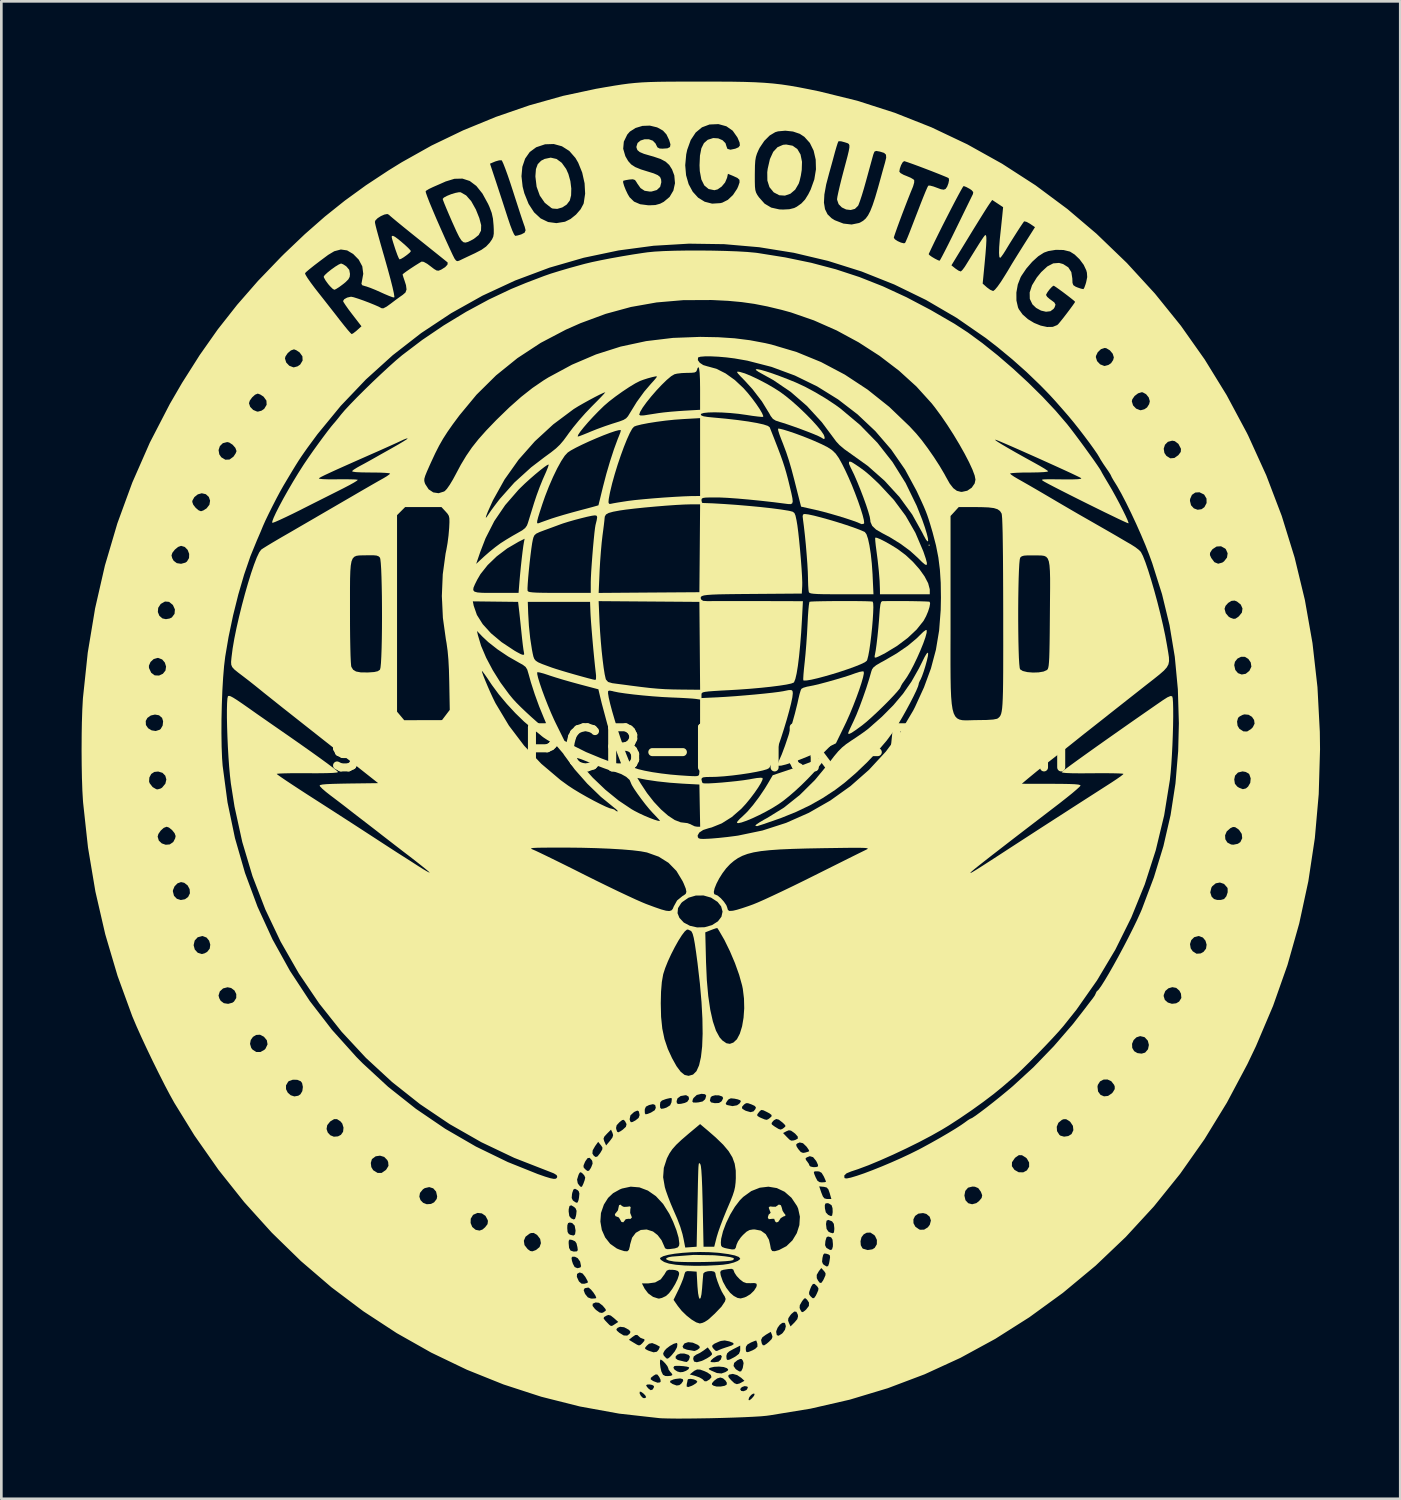
<source format=kicad_pcb>
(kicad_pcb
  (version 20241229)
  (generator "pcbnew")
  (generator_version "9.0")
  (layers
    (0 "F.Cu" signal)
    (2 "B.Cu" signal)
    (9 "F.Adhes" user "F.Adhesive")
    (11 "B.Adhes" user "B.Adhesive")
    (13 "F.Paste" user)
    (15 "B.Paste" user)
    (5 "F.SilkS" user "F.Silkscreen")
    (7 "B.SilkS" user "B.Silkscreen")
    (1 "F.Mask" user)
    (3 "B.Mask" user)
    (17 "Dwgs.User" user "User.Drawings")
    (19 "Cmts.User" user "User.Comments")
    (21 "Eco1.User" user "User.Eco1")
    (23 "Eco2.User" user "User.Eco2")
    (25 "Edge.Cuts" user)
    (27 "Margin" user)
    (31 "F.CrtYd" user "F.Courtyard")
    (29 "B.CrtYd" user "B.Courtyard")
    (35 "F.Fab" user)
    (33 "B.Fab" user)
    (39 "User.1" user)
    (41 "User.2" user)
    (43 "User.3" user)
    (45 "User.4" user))
  (footprint "scout_PCB-FSilk-50mm"
    (layer "F.Cu")
    (at 23.122 24.96)
    (property "Reference" "scout_PCB-FSilk-50mm" (at 0 0 0) (layer "F.SilkS") (effects (font (size 1.5 1.5) (thickness 0.3))))
    (attr board_only exclude_from_pos_files exclude_from_bom)
    (fp_poly (pts (xy 8.587 -7.63) (xy 8.562 -7.604) (xy 8.536 -7.63) (xy 8.562 -7.656)) (stroke (width 0) (type solid)) (fill yes) (layer "F.SilkS"))
    (fp_poly (pts (xy -11.413 -19.16) (xy -11.299 -19.078) (xy -11.16 -18.964) (xy -11.019 -18.841) (xy -10.899 -18.728) (xy -10.825 -18.646) (xy -10.812 -18.62) (xy -10.851 -18.569) (xy -10.946 -18.489) (xy -11.063 -18.404) (xy -11.171 -18.337) (xy -11.234 -18.313) (xy -11.265 -18.358) (xy -11.317 -18.48) (xy -11.38 -18.655) (xy -11.403 -18.724) (xy -11.473 -18.941) (xy -11.514 -19.078) (xy -11.529 -19.153) (xy -11.521 -19.185) (xy -11.494 -19.192) (xy -11.478 -19.192)) (stroke (width 0) (type solid)) (fill yes) (layer "F.SilkS"))
    (fp_poly (pts (xy -5.366 -22.067) (xy -5.171 -21.923) (xy -5.006 -21.691) (xy -4.923 -21.505) (xy -4.849 -21.239) (xy -4.815 -20.962) (xy -4.822 -20.707) (xy -4.871 -20.515) (xy -4.985 -20.364) (xy -5.152 -20.255) (xy -5.34 -20.201) (xy -5.515 -20.214) (xy -5.561 -20.235) (xy -5.806 -20.429) (xy -5.992 -20.698) (xy -6.111 -21.028) (xy -6.156 -21.404) (xy -6.156 -21.433) (xy -6.136 -21.692) (xy -6.068 -21.875) (xy -5.942 -22.002) (xy -5.816 -22.068) (xy -5.584 -22.117)) (stroke (width 0) (type solid)) (fill yes) (layer "F.SilkS"))
    (fp_poly (pts (xy 3.457 -22.563) (xy 3.636 -22.438) (xy 3.755 -22.235) (xy 3.81 -21.961) (xy 3.8 -21.655) (xy 3.767 -21.446) (xy 3.72 -21.246) (xy 3.687 -21.145) (xy 3.555 -20.92) (xy 3.377 -20.768) (xy 3.172 -20.697) (xy 2.959 -20.711) (xy 2.756 -20.818) (xy 2.747 -20.826) (xy 2.593 -21.014) (xy 2.515 -21.26) (xy 2.511 -21.572) (xy 2.528 -21.703) (xy 2.611 -22.065) (xy 2.734 -22.334) (xy 2.898 -22.51) (xy 3.105 -22.597) (xy 3.219 -22.607)) (stroke (width 0) (type solid)) (fill yes) (layer "F.SilkS"))
    (fp_poly (pts (xy 0.51 18.916) (xy 0.631 18.926) (xy 0.926 18.956) (xy 1.125 18.985) (xy 1.238 19.016) (xy 1.271 19.051) (xy 1.232 19.092) (xy 1.215 19.103) (xy 1.132 19.121) (xy 0.966 19.137) (xy 0.736 19.15) (xy 0.461 19.161) (xy 0.161 19.168) (xy -0.145 19.172) (xy -0.436 19.171) (xy -0.693 19.166) (xy -0.898 19.156) (xy -0.979 19.149) (xy -1.167 19.114) (xy -1.263 19.07) (xy -1.263 19.025) (xy -1.167 18.986) (xy -1.05 18.966) (xy -0.238 18.903)) (stroke (width 0) (type solid)) (fill yes) (layer "F.SilkS"))
    (fp_poly (pts (xy -13.341 -18.128) (xy -13.231 -18.056) (xy -13.224 -18.05) (xy -13.116 -17.922) (xy -13.088 -17.767) (xy -13.1 -17.659) (xy -13.15 -17.566) (xy -13.256 -17.46) (xy -13.351 -17.383) (xy -13.496 -17.276) (xy -13.614 -17.202) (xy -13.675 -17.177) (xy -13.739 -17.216) (xy -13.838 -17.314) (xy -13.903 -17.39) (xy -13.999 -17.522) (xy -14.06 -17.63) (xy -14.071 -17.668) (xy -14.031 -17.727) (xy -13.93 -17.821) (xy -13.793 -17.931) (xy -13.646 -18.037) (xy -13.515 -18.118) (xy -13.427 -18.157) (xy -13.418 -18.158)) (stroke (width 0) (type solid)) (fill yes) (layer "F.SilkS"))
    (fp_poly (pts (xy -2.92 17.076) (xy -2.846 17.109) (xy -2.73 17.103) (xy -2.624 17.089) (xy -2.594 17.122) (xy -2.609 17.206) (xy -2.614 17.334) (xy -2.584 17.41) (xy -2.549 17.502) (xy -2.598 17.556) (xy -2.683 17.554) (xy -2.779 17.568) (xy -2.811 17.61) (xy -2.872 17.685) (xy -2.943 17.668) (xy -2.985 17.589) (xy -3.036 17.505) (xy -3.081 17.485) (xy -3.167 17.452) (xy -3.187 17.381) (xy -3.137 17.321) (xy -3.071 17.236) (xy -3.052 17.146) (xy -3.029 17.044) (xy -2.974 17.024)) (stroke (width 0) (type solid)) (fill yes) (layer "F.SilkS"))
    (fp_poly (pts (xy 6.61 -7.905) (xy 6.738 -7.853) (xy 6.914 -7.764) (xy 7.12 -7.648) (xy 7.335 -7.516) (xy 7.398 -7.475) (xy 7.691 -7.254) (xy 7.963 -7) (xy 8.202 -6.729) (xy 8.394 -6.459) (xy 8.526 -6.205) (xy 8.585 -5.985) (xy 8.587 -5.944) (xy 8.587 -5.794) (xy 7.656 -5.794) (xy 6.725 -5.794) (xy 6.723 -5.988) (xy 6.712 -6.292) (xy 6.682 -6.665) (xy 6.638 -7.074) (xy 6.596 -7.397) (xy 6.568 -7.61) (xy 6.55 -7.782) (xy 6.545 -7.888) (xy 6.549 -7.911)) (stroke (width 0) (type solid)) (fill yes) (layer "F.SilkS"))
    (fp_poly (pts (xy -8.948 -20.821) (xy -8.746 -20.705) (xy -8.556 -20.489) (xy -8.382 -20.178) (xy -8.253 -19.856) (xy -8.184 -19.592) (xy -8.19 -19.387) (xy -8.278 -19.223) (xy -8.455 -19.082) (xy -8.572 -19.017) (xy -8.685 -18.964) (xy -8.774 -18.941) (xy -8.851 -18.957) (xy -8.925 -19.025) (xy -9.006 -19.153) (xy -9.105 -19.352) (xy -9.232 -19.634) (xy -9.273 -19.725) (xy -9.389 -19.992) (xy -9.489 -20.227) (xy -9.566 -20.414) (xy -9.612 -20.536) (xy -9.622 -20.574) (xy -9.577 -20.625) (xy -9.462 -20.687) (xy -9.309 -20.749) (xy -9.149 -20.798) (xy -9.014 -20.824)) (stroke (width 0) (type solid)) (fill yes) (layer "F.SilkS"))
    (fp_poly (pts (xy 3.02 17.046) (xy 3.052 17.132) (xy 3.086 17.258) (xy 3.14 17.341) (xy 3.197 17.414) (xy 3.174 17.449) (xy 3.116 17.467) (xy 3.012 17.531) (xy 2.973 17.594) (xy 2.917 17.672) (xy 2.845 17.688) (xy 2.797 17.639) (xy 2.793 17.609) (xy 2.768 17.552) (xy 2.677 17.555) (xy 2.664 17.558) (xy 2.568 17.568) (xy 2.536 17.517) (xy 2.535 17.49) (xy 2.564 17.396) (xy 2.599 17.367) (xy 2.638 17.328) (xy 2.606 17.245) (xy 2.603 17.239) (xy 2.565 17.134) (xy 2.611 17.091) (xy 2.718 17.102) (xy 2.822 17.104) (xy 2.868 17.075) (xy 2.945 17.02)) (stroke (width 0) (type solid)) (fill yes) (layer "F.SilkS"))
    (fp_poly (pts (xy 7.705 -5.54) (xy 7.989 -5.536) (xy 8.237 -5.531) (xy 8.431 -5.525) (xy 8.552 -5.518) (xy 8.583 -5.512) (xy 8.599 -5.447) (xy 8.576 -5.317) (xy 8.523 -5.149) (xy 8.447 -4.971) (xy 8.359 -4.809) (xy 8.347 -4.791) (xy 8.097 -4.478) (xy 7.765 -4.165) (xy 7.371 -3.868) (xy 6.936 -3.603) (xy 6.842 -3.553) (xy 6.668 -3.466) (xy 6.569 -3.426) (xy 6.527 -3.433) (xy 6.525 -3.485) (xy 6.535 -3.531) (xy 6.565 -3.69) (xy 6.598 -3.927) (xy 6.632 -4.217) (xy 6.664 -4.535) (xy 6.691 -4.855) (xy 6.702 -5.005) (xy 6.72 -5.249) (xy 6.74 -5.407) (xy 6.764 -5.495) (xy 6.798 -5.532) (xy 6.821 -5.537) (xy 7.103 -5.54) (xy 7.403 -5.541)) (stroke (width 0) (type solid)) (fill yes) (layer "F.SilkS"))
    (fp_poly (pts (xy 4.665 0.291) (xy 4.633 0.381) (xy 4.543 0.518) (xy 4.405 0.693) (xy 4.227 0.894) (xy 4.02 1.111) (xy 3.794 1.335) (xy 3.558 1.554) (xy 3.322 1.758) (xy 3.096 1.938) (xy 2.95 2.041) (xy 2.724 2.184) (xy 2.472 2.326) (xy 2.212 2.46) (xy 1.961 2.578) (xy 1.734 2.673) (xy 1.549 2.737) (xy 1.424 2.763) (xy 1.376 2.749) (xy 1.398 2.697) (xy 1.483 2.603) (xy 1.584 2.512) (xy 1.769 2.332) (xy 1.982 2.083) (xy 2.204 1.789) (xy 2.417 1.474) (xy 2.539 1.274) (xy 2.716 0.971) (xy 3.44 0.728) (xy 3.718 0.632) (xy 3.979 0.536) (xy 4.199 0.451) (xy 4.352 0.386) (xy 4.382 0.371) (xy 4.516 0.305) (xy 4.608 0.264) (xy 4.628 0.259)) (stroke (width 0) (type solid)) (fill yes) (layer "F.SilkS"))
    (fp_poly (pts (xy 5.713 -10.707) (xy 5.945 -10.554) (xy 6.145 -10.408) (xy 6.339 -10.246) (xy 6.558 -10.043) (xy 6.706 -9.9) (xy 7.243 -9.322) (xy 7.686 -8.725) (xy 8.049 -8.092) (xy 8.342 -7.405) (xy 8.354 -7.372) (xy 8.439 -7.121) (xy 8.48 -6.962) (xy 8.472 -6.89) (xy 8.412 -6.903) (xy 8.298 -6.998) (xy 8.143 -7.152) (xy 7.851 -7.417) (xy 7.488 -7.684) (xy 7.085 -7.933) (xy 6.82 -8.073) (xy 6.581 -8.211) (xy 6.435 -8.349) (xy 6.369 -8.498) (xy 6.363 -8.567) (xy 6.343 -8.687) (xy 6.288 -8.882) (xy 6.207 -9.131) (xy 6.105 -9.414) (xy 5.991 -9.711) (xy 5.873 -10.001) (xy 5.758 -10.266) (xy 5.653 -10.483) (xy 5.634 -10.519) (xy 5.567 -10.67) (xy 5.567 -10.748) (xy 5.635 -10.749)) (stroke (width 0) (type solid)) (fill yes) (layer "F.SilkS"))
    (fp_poly (pts (xy 1.46 -14.111) (xy 1.492 -14.105) (xy 1.673 -14.051) (xy 1.915 -13.951) (xy 2.196 -13.818) (xy 2.491 -13.663) (xy 2.776 -13.497) (xy 2.969 -13.374) (xy 3.194 -13.209) (xy 3.44 -13.008) (xy 3.693 -12.782) (xy 3.94 -12.546) (xy 4.17 -12.313) (xy 4.369 -12.094) (xy 4.525 -11.903) (xy 4.625 -11.753) (xy 4.656 -11.663) (xy 4.65 -11.601) (xy 4.613 -11.601) (xy 4.525 -11.656) (xy 4.428 -11.705) (xy 4.256 -11.779) (xy 4.031 -11.868) (xy 3.777 -11.964) (xy 3.515 -12.059) (xy 3.269 -12.144) (xy 3.062 -12.211) (xy 3 -12.229) (xy 2.829 -12.285) (xy 2.722 -12.351) (xy 2.639 -12.458) (xy 2.59 -12.548) (xy 2.311 -13.004) (xy 1.958 -13.463) (xy 1.674 -13.775) (xy 1.513 -13.94) (xy 1.418 -14.044) (xy 1.382 -14.099) (xy 1.398 -14.117)) (stroke (width 0) (type solid)) (fill yes) (layer "F.SilkS"))
    (fp_poly (pts (xy 4.051 -8.778) (xy 4.26 -8.733) (xy 4.524 -8.665) (xy 4.824 -8.581) (xy 5.139 -8.487) (xy 5.448 -8.389) (xy 5.73 -8.293) (xy 5.966 -8.205) (xy 6.135 -8.133) (xy 6.158 -8.121) (xy 6.219 -8.039) (xy 6.278 -7.866) (xy 6.332 -7.616) (xy 6.381 -7.302) (xy 6.42 -6.937) (xy 6.448 -6.534) (xy 6.45 -6.479) (xy 6.482 -5.794) (xy 5.29 -5.794) (xy 4.904 -5.795) (xy 4.609 -5.797) (xy 4.393 -5.803) (xy 4.243 -5.813) (xy 4.147 -5.826) (xy 4.093 -5.846) (xy 4.068 -5.871) (xy 4.066 -5.876) (xy 4.052 -5.963) (xy 4.041 -6.124) (xy 4.035 -6.329) (xy 4.034 -6.406) (xy 4.027 -6.631) (xy 4.01 -6.931) (xy 3.984 -7.279) (xy 3.953 -7.648) (xy 3.917 -8.01) (xy 3.88 -8.337) (xy 3.849 -8.574) (xy 3.834 -8.712) (xy 3.849 -8.776) (xy 3.904 -8.794) (xy 3.92 -8.794)) (stroke (width 0) (type solid)) (fill yes) (layer "F.SilkS"))
    (fp_poly (pts (xy 2.27 -14.183) (xy 2.458 -14.129) (xy 2.7 -14.05) (xy 2.987 -13.946) (xy 3.313 -13.82) (xy 3.578 -13.712) (xy 3.921 -13.553) (xy 4.306 -13.346) (xy 4.697 -13.113) (xy 5.058 -12.875) (xy 5.236 -12.746) (xy 5.976 -12.126) (xy 6.627 -11.459) (xy 7.194 -10.737) (xy 7.683 -9.953) (xy 8.098 -9.1) (xy 8.302 -8.587) (xy 8.405 -8.292) (xy 8.476 -8.057) (xy 8.517 -7.887) (xy 8.525 -7.79) (xy 8.502 -7.77) (xy 8.447 -7.834) (xy 8.361 -7.987) (xy 8.307 -8.096) (xy 7.927 -8.778) (xy 7.454 -9.428) (xy 6.897 -10.037) (xy 6.265 -10.595) (xy 5.594 -11.075) (xy 5.389 -11.221) (xy 5.209 -11.374) (xy 5.086 -11.508) (xy 5.076 -11.522) (xy 4.552 -12.225) (xy 3.992 -12.835) (xy 3.391 -13.357) (xy 2.742 -13.798) (xy 2.38 -13.999) (xy 2.193 -14.102) (xy 2.096 -14.17) (xy 2.081 -14.205) (xy 2.142 -14.208)) (stroke (width 0) (type solid)) (fill yes) (layer "F.SilkS"))
    (fp_poly (pts (xy 6.117 -2.905) (xy 6.122 -2.835) (xy 6.092 -2.686) (xy 6.031 -2.474) (xy 5.946 -2.216) (xy 5.841 -1.926) (xy 5.723 -1.621) (xy 5.598 -1.317) (xy 5.47 -1.03) (xy 5.412 -0.908) (xy 5.078 -0.222) (xy 4.647 -0.012) (xy 4.332 0.136) (xy 4.016 0.273) (xy 3.714 0.394) (xy 3.44 0.495) (xy 3.208 0.569) (xy 3.034 0.612) (xy 2.933 0.618) (xy 2.915 0.607) (xy 2.912 0.528) (xy 2.94 0.448) (xy 3.051 0.197) (xy 3.174 -0.13) (xy 3.302 -0.509) (xy 3.428 -0.917) (xy 3.543 -1.328) (xy 3.64 -1.718) (xy 3.677 -1.888) (xy 3.719 -2.063) (xy 3.76 -2.199) (xy 3.787 -2.258) (xy 3.862 -2.3) (xy 3.999 -2.34) (xy 4.066 -2.352) (xy 4.242 -2.387) (xy 4.488 -2.446) (xy 4.777 -2.523) (xy 5.083 -2.61) (xy 5.377 -2.698) (xy 5.632 -2.78) (xy 5.792 -2.838) (xy 5.951 -2.89) (xy 6.07 -2.912)) (stroke (width 0) (type solid)) (fill yes) (layer "F.SilkS"))
    (fp_poly (pts (xy 2.976 -11.983) (xy 3.115 -11.949) (xy 3.312 -11.888) (xy 3.549 -11.808) (xy 3.807 -11.713) (xy 4.066 -11.611) (xy 4.242 -11.538) (xy 4.542 -11.405) (xy 4.766 -11.292) (xy 4.935 -11.181) (xy 5.068 -11.053) (xy 5.185 -10.888) (xy 5.306 -10.67) (xy 5.421 -10.441) (xy 5.546 -10.172) (xy 5.673 -9.878) (xy 5.794 -9.573) (xy 5.906 -9.274) (xy 6.001 -8.998) (xy 6.075 -8.759) (xy 6.121 -8.575) (xy 6.134 -8.46) (xy 6.126 -8.434) (xy 6.044 -8.415) (xy 5.999 -8.432) (xy 5.882 -8.483) (xy 5.688 -8.553) (xy 5.438 -8.636) (xy 5.156 -8.723) (xy 4.863 -8.808) (xy 4.582 -8.885) (xy 4.336 -8.945) (xy 4.306 -8.952) (xy 3.776 -9.07) (xy 3.728 -9.256) (xy 3.697 -9.379) (xy 3.647 -9.574) (xy 3.586 -9.816) (xy 3.524 -10.062) (xy 3.42 -10.457) (xy 3.323 -10.79) (xy 3.221 -11.099) (xy 3.1 -11.422) (xy 3.028 -11.604) (xy 2.963 -11.779) (xy 2.922 -11.913) (xy 2.913 -11.982) (xy 2.915 -11.985)) (stroke (width 0) (type solid)) (fill yes) (layer "F.SilkS"))
    (fp_poly (pts (xy 5.68 -5.54) (xy 5.954 -5.538) (xy 6.185 -5.534) (xy 6.354 -5.528) (xy 6.443 -5.521) (xy 6.452 -5.518) (xy 6.471 -5.454) (xy 6.477 -5.306) (xy 6.47 -5.093) (xy 6.454 -4.833) (xy 6.43 -4.546) (xy 6.399 -4.251) (xy 6.364 -3.965) (xy 6.327 -3.707) (xy 6.288 -3.497) (xy 6.251 -3.353) (xy 6.232 -3.308) (xy 6.159 -3.252) (xy 6.007 -3.179) (xy 5.794 -3.093) (xy 5.536 -2.999) (xy 5.249 -2.903) (xy 4.951 -2.81) (xy 4.659 -2.726) (xy 4.388 -2.654) (xy 4.156 -2.6) (xy 3.98 -2.571) (xy 3.877 -2.569) (xy 3.858 -2.58) (xy 3.856 -2.641) (xy 3.864 -2.785) (xy 3.882 -2.99) (xy 3.908 -3.235) (xy 3.911 -3.26) (xy 3.941 -3.564) (xy 3.971 -3.927) (xy 3.997 -4.308) (xy 4.016 -4.661) (xy 4.018 -4.697) (xy 4.032 -4.972) (xy 4.049 -5.209) (xy 4.067 -5.389) (xy 4.084 -5.494) (xy 4.092 -5.513) (xy 4.155 -5.521) (xy 4.304 -5.528) (xy 4.519 -5.533) (xy 4.782 -5.537) (xy 5.076 -5.54) (xy 5.381 -5.541)) (stroke (width 0) (type solid)) (fill yes) (layer "F.SilkS"))
    (fp_poly (pts (xy 8.474 -4.453) (xy 8.469 -4.354) (xy 8.423 -4.183) (xy 8.344 -3.959) (xy 8.239 -3.7) (xy 8.118 -3.427) (xy 7.988 -3.156) (xy 7.858 -2.908) (xy 7.735 -2.702) (xy 7.65 -2.579) (xy 7.561 -2.456) (xy 7.508 -2.362) (xy 7.501 -2.338) (xy 7.465 -2.271) (xy 7.365 -2.149) (xy 7.216 -1.985) (xy 7.032 -1.793) (xy 6.825 -1.586) (xy 6.609 -1.378) (xy 6.399 -1.183) (xy 6.207 -1.014) (xy 6.048 -0.885) (xy 6.037 -0.878) (xy 5.82 -0.719) (xy 5.672 -0.62) (xy 5.582 -0.576) (xy 5.541 -0.579) (xy 5.535 -0.602) (xy 5.557 -0.66) (xy 5.614 -0.788) (xy 5.696 -0.963) (xy 5.74 -1.055) (xy 5.843 -1.286) (xy 5.963 -1.587) (xy 6.088 -1.927) (xy 6.21 -2.277) (xy 6.315 -2.608) (xy 6.395 -2.887) (xy 6.397 -2.897) (xy 6.429 -2.988) (xy 6.486 -3.065) (xy 6.585 -3.143) (xy 6.748 -3.239) (xy 6.882 -3.311) (xy 7.351 -3.584) (xy 7.766 -3.869) (xy 8.106 -4.154) (xy 8.223 -4.271) (xy 8.347 -4.391) (xy 8.436 -4.455)) (stroke (width 0) (type solid)) (fill yes) (layer "F.SilkS"))
    (fp_poly (pts (xy 8.526 -3.581) (xy 8.517 -3.484) (xy 8.48 -3.32) (xy 8.425 -3.119) (xy 8.361 -2.912) (xy 8.296 -2.729) (xy 8.24 -2.6) (xy 8.217 -2.563) (xy 8.176 -2.469) (xy 8.174 -2.442) (xy 8.148 -2.349) (xy 8.079 -2.185) (xy 7.974 -1.967) (xy 7.844 -1.715) (xy 7.698 -1.444) (xy 7.545 -1.173) (xy 7.395 -0.921) (xy 7.257 -0.705) (xy 6.977 -0.326) (xy 6.629 0.082) (xy 6.237 0.495) (xy 5.821 0.892) (xy 5.405 1.25) (xy 5.051 1.519) (xy 4.585 1.825) (xy 4.104 2.097) (xy 3.588 2.343) (xy 3.017 2.574) (xy 2.369 2.799) (xy 2.134 2.874) (xy 2.075 2.865) (xy 2.069 2.848) (xy 2.112 2.806) (xy 2.227 2.729) (xy 2.395 2.63) (xy 2.522 2.561) (xy 3.136 2.181) (xy 3.73 1.707) (xy 4.294 1.148) (xy 4.817 0.514) (xy 4.826 0.502) (xy 5.013 0.257) (xy 5.166 0.075) (xy 5.308 -0.067) (xy 5.463 -0.193) (xy 5.654 -0.324) (xy 5.686 -0.345) (xy 5.893 -0.483) (xy 6.085 -0.615) (xy 6.232 -0.723) (xy 6.285 -0.764) (xy 6.795 -1.214) (xy 7.224 -1.645) (xy 7.588 -2.077) (xy 7.901 -2.528) (xy 8.179 -3.019) (xy 8.286 -3.233) (xy 8.392 -3.446) (xy 8.465 -3.57) (xy 8.508 -3.612)) (stroke (width 0) (type solid)) (fill yes) (layer "F.SilkS"))
    (fp_poly (pts (xy 0.669 -24.959) (xy 1.199 -24.956) (xy 1.655 -24.948) (xy 2.052 -24.935) (xy 2.407 -24.915) (xy 2.733 -24.888) (xy 3.046 -24.852) (xy 3.361 -24.805) (xy 3.693 -24.747) (xy 4.056 -24.676) (xy 4.455 -24.594) (xy 5.875 -24.244) (xy 7.276 -23.794) (xy 8.65 -23.25) (xy 9.99 -22.614) (xy 11.289 -21.89) (xy 12.539 -21.083) (xy 13.733 -20.195) (xy 14.818 -19.273) (xy 15.954 -18.179) (xy 17.003 -17.035) (xy 17.971 -15.836) (xy 18.863 -14.573) (xy 19.683 -13.241) (xy 20.437 -11.832) (xy 20.491 -11.724) (xy 21.166 -10.24) (xy 21.745 -8.721) (xy 22.226 -7.167) (xy 22.609 -5.582) (xy 22.894 -3.966) (xy 23.08 -2.321) (xy 23.168 -0.649) (xy 23.176 0) (xy 23.127 1.678) (xy 22.982 3.322) (xy 22.739 4.933) (xy 22.398 6.513) (xy 21.959 8.066) (xy 21.42 9.594) (xy 20.781 11.099) (xy 20.461 11.769) (xy 19.694 13.211) (xy 18.856 14.579) (xy 17.946 15.872) (xy 16.965 17.09) (xy 15.912 18.234) (xy 14.787 19.305) (xy 13.589 20.301) (xy 13.554 20.329) (xy 12.308 21.235) (xy 11.035 22.042) (xy 9.732 22.752) (xy 8.395 23.366) (xy 7.018 23.886) (xy 5.598 24.314) (xy 4.13 24.651) (xy 2.61 24.9) (xy 2.483 24.917) (xy 2.285 24.936) (xy 2.002 24.953) (xy 1.652 24.97) (xy 1.251 24.985) (xy 0.819 24.998) (xy 0.373 25.009) (xy -0.07 25.016) (xy -0.49 25.021) (xy -0.87 25.022) (xy -1.193 25.018) (xy -1.44 25.011) (xy -1.526 25.005) (xy -3.024 24.837) (xy -4.496 24.569) (xy -5.544 24.305) (xy 1.811 24.305) (xy 1.829 24.342) (xy 1.892 24.305) (xy 1.938 24.263) (xy 2.017 24.17) (xy 2.039 24.101) (xy 2.037 24.096) (xy 1.985 24.088) (xy 1.91 24.138) (xy 1.841 24.22) (xy 1.811 24.303) (xy 1.811 24.305) (xy -5.544 24.305) (xy -5.938 24.205) (xy -6.315 24.083) (xy -2.26 24.083) (xy -2.213 24.173) (xy -2.141 24.245) (xy -2.093 24.262) (xy -2.026 24.238) (xy -2.018 24.218) (xy -2.051 24.153) (xy -2.126 24.078) (xy -2.207 24.022) (xy -2.255 24.016) (xy -2.26 24.083) (xy -6.315 24.083) (xy -7.248 23.779) (xy -2.018 23.779) (xy -1.985 23.838) (xy -1.927 23.903) (xy -1.847 23.961) (xy -1.781 23.939) (xy -1.77 23.929) (xy 1.5 23.929) (xy 1.539 23.989) (xy 1.627 23.999) (xy 1.723 23.96) (xy 1.755 23.93) (xy 1.787 23.854) (xy 1.761 23.823) (xy 1.665 23.808) (xy 1.562 23.845) (xy 1.503 23.912) (xy 1.5 23.929) (xy -1.77 23.929) (xy -1.766 23.925) (xy -1.722 23.843) (xy -1.726 23.822) (xy -0.503 23.822) (xy -0.445 23.844) (xy -0.317 23.799) (xy -0.256 23.769) (xy -0.221 23.747) (xy 0.441 23.747) (xy 0.499 23.792) (xy 0.5 23.792) (xy 0.615 23.824) (xy 0.771 23.824) (xy 0.916 23.797) (xy 0.991 23.757) (xy 1.001 23.686) (xy 0.948 23.597) (xy 0.858 23.519) (xy 0.758 23.486) (xy 0.756 23.486) (xy 0.639 23.522) (xy 0.522 23.61) (xy 0.522 23.61) (xy 0.447 23.698) (xy 0.441 23.747) (xy -0.221 23.747) (xy -0.152 23.703) (xy -0.104 23.649) (xy -0.103 23.645) (xy -0.144 23.594) (xy -0.241 23.555) (xy -0.353 23.536) (xy -0.441 23.546) (xy -0.466 23.576) (xy -0.479 23.653) (xy -0.498 23.732) (xy -0.503 23.822) (xy -1.726 23.822) (xy -1.73 23.801) (xy -1.793 23.763) (xy -1.893 23.745) (xy -1.983 23.751) (xy -2.018 23.779) (xy -7.248 23.779) (xy -7.347 23.747) (xy -7.826 23.555) (xy -1.847 23.555) (xy -1.762 23.614) (xy -1.746 23.623) (xy -1.592 23.681) (xy -1.499 23.669) (xy -1.493 23.662) (xy -1.125 23.662) (xy -1.036 23.726) (xy -1.022 23.733) (xy -0.877 23.786) (xy -0.774 23.771) (xy -0.702 23.715) (xy -0.63 23.612) (xy -0.648 23.546) (xy -0.746 23.52) (xy -0.917 23.54) (xy -0.996 23.56) (xy -1.112 23.609) (xy -1.125 23.662) (xy -1.493 23.662) (xy -1.475 23.643) (xy -1.479 23.568) (xy -1.529 23.463) (xy -1.595 23.377) (xy -1.657 23.37) (xy -1.738 23.416) (xy -1.839 23.496) (xy -1.847 23.555) (xy -7.826 23.555) (xy -8.719 23.196) (xy -9.192 22.969) (xy -1.499 22.969) (xy -1.482 23.11) (xy -1.451 23.248) (xy -1.443 23.271) (xy -1.387 23.385) (xy -1.301 23.429) (xy -1.211 23.434) (xy -1.093 23.423) (xy -1.036 23.394) (xy -1.035 23.389) (xy -1.043 23.372) (xy -0.386 23.372) (xy -0.173 23.429) (xy -0.024 23.483) (xy 0.086 23.546) (xy 0.104 23.564) (xy 0.171 23.628) (xy 0.241 23.627) (xy 0.35 23.561) (xy 0.353 23.559) (xy 0.426 23.475) (xy 0.411 23.423) (xy 1.05 23.423) (xy 1.073 23.486) (xy 1.162 23.587) (xy 1.28 23.698) (xy 1.373 23.736) (xy 1.477 23.709) (xy 1.54 23.676) (xy 1.658 23.61) (xy 1.54 23.5) (xy 1.385 23.396) (xy 1.223 23.351) (xy 1.091 23.377) (xy 1.087 23.38) (xy 1.05 23.423) (xy 0.411 23.423) (xy 0.401 23.39) (xy 0.276 23.301) (xy 0.166 23.25) (xy 0.003 23.191) (xy -0.11 23.185) (xy -0.212 23.233) (xy -0.265 23.274) (xy -0.386 23.372) (xy -1.043 23.372) (xy -1.07 23.321) (xy -1.112 23.279) (xy -1.178 23.187) (xy -1.19 23.136) (xy -1.196 23.123) (xy -0.998 23.123) (xy -0.952 23.196) (xy -0.853 23.26) (xy -0.748 23.29) (xy -0.64 23.28) (xy -0.526 23.237) (xy -0.438 23.179) (xy -0.423 23.152) (xy 0.323 23.152) (xy 0.339 23.185) (xy 0.412 23.226) (xy 0.628 23.319) (xy 0.8 23.336) (xy 0.946 23.285) (xy 1.039 23.225) (xy 1.05 23.182) (xy 1.001 23.137) (xy 0.883 23.095) (xy 0.709 23.078) (xy 0.525 23.087) (xy 0.389 23.119) (xy 0.323 23.152) (xy -0.423 23.152) (xy -0.407 23.123) (xy -0.417 23.105) (xy -0.49 23.081) (xy -0.624 23.062) (xy -0.722 23.055) (xy 1.25 23.055) (xy 1.327 23.168) (xy 1.358 23.192) (xy 1.47 23.261) (xy 1.534 23.255) (xy 1.582 23.164) (xy 1.598 23.119) (xy 1.626 22.948) (xy 1.601 22.86) (xy 1.556 22.797) (xy 1.497 22.793) (xy 1.395 22.84) (xy 1.273 22.94) (xy 1.25 23.055) (xy -0.722 23.055) (xy -0.777 23.051) (xy -0.908 23.051) (xy -0.969 23.063) (xy -0.998 23.123) (xy -1.196 23.123) (xy -1.223 23.061) (xy -1.302 22.959) (xy -1.394 22.865) (xy -1.468 22.815) (xy -1.477 22.813) (xy -1.498 22.858) (xy -1.499 22.969) (xy -9.192 22.969) (xy -9.999 22.581) (xy -1.38 22.581) (xy -1.367 22.651) (xy -1.316 22.713) (xy -1.255 22.774) (xy -1.204 22.78) (xy -1.191 22.77) (xy -0.914 22.77) (xy -0.838 22.828) (xy -0.789 22.843) (xy -0.666 22.872) (xy -0.595 22.891) (xy -0.5 22.907) (xy -0.439 22.856) (xy -0.411 22.808) (xy -0.406 22.791) (xy -0.259 22.791) (xy -0.225 22.89) (xy -0.121 22.916) (xy -0.02 22.889) (xy 0.385 22.889) (xy 0.422 22.912) (xy 0.535 22.917) (xy 0.689 22.894) (xy 0.774 22.816) (xy 0.777 22.812) (xy 0.808 22.709) (xy 0.983 22.709) (xy 0.992 22.799) (xy 1.03 22.834) (xy 1.114 22.813) (xy 1.262 22.736) (xy 1.332 22.695) (xy 1.454 22.6) (xy 1.498 22.487) (xy 1.5 22.445) (xy 1.5 22.414) (xy 1.707 22.414) (xy 1.718 22.516) (xy 1.767 22.54) (xy 1.824 22.527) (xy 1.96 22.471) (xy 2.059 22.417) (xy 2.144 22.334) (xy 2.143 22.229) (xy 2.112 22.135) (xy 2.099 22.104) (xy 2.051 22.116) (xy 1.943 22.16) (xy 1.898 22.179) (xy 1.77 22.253) (xy 1.715 22.336) (xy 1.707 22.414) (xy 1.5 22.414) (xy 1.5 22.294) (xy 1.242 22.425) (xy 1.09 22.51) (xy 1.012 22.582) (xy 0.985 22.666) (xy 0.983 22.709) (xy 0.808 22.709) (xy 0.813 22.696) (xy 0.771 22.644) (xy 0.662 22.664) (xy 0.627 22.681) (xy 0.501 22.761) (xy 0.417 22.836) (xy 0.385 22.889) (xy -0.02 22.889) (xy 0.053 22.869) (xy 0.118 22.842) (xy 0.262 22.767) (xy 0.379 22.692) (xy 0.38 22.69) (xy 0.443 22.631) (xy 0.441 22.575) (xy 0.381 22.488) (xy 0.286 22.362) (xy 0.13 22.478) (xy -0.007 22.567) (xy -0.133 22.627) (xy -0.142 22.63) (xy -0.239 22.702) (xy -0.259 22.791) (xy -0.406 22.791) (xy -0.381 22.707) (xy -0.429 22.641) (xy -0.568 22.597) (xy -0.595 22.591) (xy -0.739 22.59) (xy -0.85 22.632) (xy -0.913 22.698) (xy -0.914 22.77) (xy -1.191 22.77) (xy -1.134 22.726) (xy -1.057 22.647) (xy -0.947 22.51) (xy -0.871 22.373) (xy -0.859 22.335) (xy -0.857 22.322) (xy -0.656 22.322) (xy -0.624 22.396) (xy -0.492 22.447) (xy -0.436 22.457) (xy -0.303 22.479) (xy -0.224 22.494) (xy -0.216 22.496) (xy -0.164 22.48) (xy -0.1 22.45) (xy -0.012 22.381) (xy -0.02 22.342) (xy 0.453 22.342) (xy 0.498 22.407) (xy 0.573 22.483) (xy 0.627 22.495) (xy 0.712 22.456) (xy 0.817 22.413) (xy 0.97 22.36) (xy 1.024 22.344) (xy 1.193 22.285) (xy 1.26 22.236) (xy 1.23 22.19) (xy 1.103 22.14) (xy 1.091 22.136) (xy 0.921 22.101) (xy 0.778 22.12) (xy 0.714 22.142) (xy 0.543 22.218) (xy 0.46 22.28) (xy 0.453 22.342) (xy -0.02 22.342) (xy -0.025 22.315) (xy -0.092 22.263) (xy -0.273 22.184) (xy -0.445 22.165) (xy -0.576 22.209) (xy -0.591 22.222) (xy -0.656 22.322) (xy -0.857 22.322) (xy -0.849 22.233) (xy -0.87 22.193) (xy -0.984 22.225) (xy -1.128 22.306) (xy -1.261 22.408) (xy -1.328 22.483) (xy -1.38 22.581) (xy -9.999 22.581) (xy -10.053 22.555) (xy -10.378 22.371) (xy -2.054 22.371) (xy -2.053 22.416) (xy -1.975 22.462) (xy -1.914 22.489) (xy -1.737 22.545) (xy -1.616 22.523) (xy -1.55 22.447) (xy -1.511 22.361) (xy -1.509 22.33) (xy -1.562 22.302) (xy -1.642 22.257) (xy -1.792 22.199) (xy -1.909 22.224) (xy -1.992 22.296) (xy -2.054 22.371) (xy -10.378 22.371) (xy -10.899 22.077) (xy -2.661 22.077) (xy -2.481 22.186) (xy -2.356 22.261) (xy -2.284 22.288) (xy -2.229 22.268) (xy -2.164 22.211) (xy -2.082 22.113) (xy -2.083 22.082) (xy 2.28 22.082) (xy 2.305 22.208) (xy 2.308 22.214) (xy 2.345 22.279) (xy 2.399 22.283) (xy 2.493 22.221) (xy 2.572 22.154) (xy 2.675 22.05) (xy 2.706 21.968) (xy 2.688 21.896) (xy 2.645 21.788) (xy 2.845 21.788) (xy 2.868 21.903) (xy 2.936 21.925) (xy 3.05 21.855) (xy 3.088 21.822) (xy 3.174 21.7) (xy 3.206 21.568) (xy 3.178 21.464) (xy 3.152 21.44) (xy 3.073 21.444) (xy 2.979 21.516) (xy 2.897 21.627) (xy 2.849 21.749) (xy 2.845 21.788) (xy 2.645 21.788) (xy 2.642 21.78) (xy 2.459 21.888) (xy 2.327 21.985) (xy 2.28 22.082) (xy -2.083 22.082) (xy -2.084 22.052) (xy -2.141 22.037) (xy -2.231 22.001) (xy -2.276 21.96) (xy -2.349 21.895) (xy -2.423 21.899) (xy -2.535 21.975) (xy -2.54 21.98) (xy -2.661 22.077) (xy -10.899 22.077) (xy -11.343 21.826) (xy -11.564 21.681) (xy -3.13 21.681) (xy -3.11 21.735) (xy -3.019 21.815) (xy -2.855 21.915) (xy -2.724 21.92) (xy -2.637 21.855) (xy -2.601 21.783) (xy -2.649 21.716) (xy -2.669 21.7) (xy -2.838 21.608) (xy -2.992 21.59) (xy -3.084 21.629) (xy -3.13 21.681) (xy -11.564 21.681) (xy -12.189 21.272) (xy -3.609 21.272) (xy -3.56 21.344) (xy -3.491 21.417) (xy -3.391 21.52) (xy -3.33 21.561) (xy -3.271 21.547) (xy -3.183 21.491) (xy -3.059 21.409) (xy -3.223 21.263) (xy -3.34 21.171) (xy -3.425 21.148) (xy -3.491 21.17) (xy -3.586 21.224) (xy -3.609 21.272) (xy -12.189 21.272) (xy -12.588 21.011) (xy -12.857 20.809) (xy -4.02 20.809) (xy -3.929 20.925) (xy -3.876 20.972) (xy -3.757 21.057) (xy -3.67 21.072) (xy -3.617 21.053) (xy -3.538 20.996) (xy -3.518 20.965) (xy -3.55 20.909) (xy -3.63 20.814) (xy -3.649 20.793) (xy -3.781 20.693) (xy -3.908 20.68) (xy -4.013 20.727) (xy -4.02 20.809) (xy -12.857 20.809) (xy -13.157 20.583) (xy -0.992 20.583) (xy -0.833 20.813) (xy -0.686 20.996) (xy -0.506 21.171) (xy -0.318 21.32) (xy -0.145 21.425) (xy -0.011 21.467) (xy -0.01 21.467) (xy 0.087 21.445) (xy 0.17 21.409) (xy 0.25 21.359) (xy 3.29 21.359) (xy 3.32 21.441) (xy 3.381 21.577) (xy 3.534 21.424) (xy 3.634 21.304) (xy 3.662 21.2) (xy 3.653 21.137) (xy 3.601 21.03) (xy 3.522 21.02) (xy 3.415 21.109) (xy 3.375 21.157) (xy 3.3 21.269) (xy 3.29 21.359) (xy 0.25 21.359) (xy 0.283 21.338) (xy 0.341 21.292) (xy 0.417 21.221) (xy 0.527 21.12) (xy 0.549 21.1) (xy 0.758 20.882) (xy 3.72 20.882) (xy 3.74 20.938) (xy 3.789 21.028) (xy 3.84 21.043) (xy 3.923 20.983) (xy 3.967 20.942) (xy 4.068 20.81) (xy 4.071 20.686) (xy 4.001 20.58) (xy 3.942 20.525) (xy 3.894 20.533) (xy 3.828 20.613) (xy 3.801 20.653) (xy 3.728 20.783) (xy 3.72 20.882) (xy 0.758 20.882) (xy 0.796 20.843) (xy 0.929 20.645) (xy 0.956 20.55) (xy 0.918 20.449) (xy 0.881 20.395) (xy 0.807 20.267) (xy 0.725 20.086) (xy 0.649 19.887) (xy 0.592 19.707) (xy 0.569 19.582) (xy 0.569 19.579) (xy 0.541 19.546) (xy 0.754 19.546) (xy 0.767 19.642) (xy 0.775 19.679) (xy 0.853 19.903) (xy 0.977 20.129) (xy 1.124 20.321) (xy 1.259 20.437) (xy 1.401 20.512) (xy 1.517 20.531) (xy 1.654 20.495) (xy 1.726 20.466) (xy 1.879 20.373) (xy 4.076 20.373) (xy 4.122 20.442) (xy 4.126 20.447) (xy 4.203 20.519) (xy 4.261 20.518) (xy 4.322 20.435) (xy 4.364 20.35) (xy 4.418 20.225) (xy 4.424 20.15) (xy 4.382 20.084) (xy 4.365 20.065) (xy 4.28 19.987) (xy 4.219 19.988) (xy 4.16 20.075) (xy 4.123 20.162) (xy 4.077 20.293) (xy 4.076 20.373) (xy 1.879 20.373) (xy 1.88 20.372) (xy 2.015 20.241) (xy 2.103 20.104) (xy 2.121 20.026) (xy 2.1 19.973) (xy 2.023 19.955) (xy 1.895 19.96) (xy 1.736 19.959) (xy 1.615 19.916) (xy 1.487 19.817) (xy 1.369 19.693) (xy 1.34 19.65) (xy 4.36 19.65) (xy 4.362 19.771) (xy 4.41 19.865) (xy 4.476 19.949) (xy 4.533 19.949) (xy 4.597 19.86) (xy 4.634 19.786) (xy 4.687 19.663) (xy 4.69 19.588) (xy 4.643 19.517) (xy 4.626 19.498) (xy 4.531 19.394) (xy 4.439 19.513) (xy 4.36 19.65) (xy 1.34 19.65) (xy 1.287 19.57) (xy 1.273 19.531) (xy 1.24 19.45) (xy 1.174 19.423) (xy 1.047 19.433) (xy 0.874 19.46) (xy 0.783 19.491) (xy 0.754 19.546) (xy 0.541 19.546) (xy 0.526 19.528) (xy 0.422 19.507) (xy 0.295 19.513) (xy 0.183 19.543) (xy 0.122 19.597) (xy 0.12 19.606) (xy 0.112 19.691) (xy 0.098 19.85) (xy 0.082 20.054) (xy 0.076 20.142) (xy 0.051 20.378) (xy 0.02 20.513) (xy -0.013 20.549) (xy -0.045 20.489) (xy -0.075 20.334) (xy -0.098 20.087) (xy -0.103 20.005) (xy -0.129 19.529) (xy -0.344 19.513) (xy -0.482 19.509) (xy -0.55 19.537) (xy -0.584 19.619) (xy -0.595 19.668) (xy -0.635 19.798) (xy -0.708 19.982) (xy -0.798 20.185) (xy -0.811 20.211) (xy -0.992 20.583) (xy -13.157 20.583) (xy -13.64 20.22) (xy -4.353 20.22) (xy -4.307 20.346) (xy -4.293 20.371) (xy -4.196 20.491) (xy -4.081 20.535) (xy -4.036 20.537) (xy -3.926 20.531) (xy -3.88 20.515) (xy -3.88 20.514) (xy -3.911 20.428) (xy -3.985 20.313) (xy -4.075 20.203) (xy -4.156 20.133) (xy -4.182 20.124) (xy -4.312 20.148) (xy -4.353 20.22) (xy -13.64 20.22) (xy -13.783 20.112) (xy -14.236 19.723) (xy -4.607 19.723) (xy -4.535 19.882) (xy -4.526 19.897) (xy -4.432 19.979) (xy -4.323 19.981) (xy -4.279 19.968) (xy -2.175 19.968) (xy -2.073 20.167) (xy -1.941 20.341) (xy -1.759 20.472) (xy -1.566 20.534) (xy -1.532 20.536) (xy -1.425 20.511) (xy -1.288 20.446) (xy -1.269 20.435) (xy -1.161 20.336) (xy -1.042 20.178) (xy -0.93 19.992) (xy -0.84 19.806) (xy -0.789 19.649) (xy -0.784 19.573) (xy -0.827 19.506) (xy -0.935 19.47) (xy -1.022 19.461) (xy -1.164 19.458) (xy -1.245 19.491) (xy -1.305 19.582) (xy -1.325 19.621) (xy -1.47 19.817) (xy -1.681 19.933) (xy -1.936 19.968) (xy -2.175 19.968) (xy -4.279 19.968) (xy -4.224 19.952) (xy -4.19 19.923) (xy -4.215 19.862) (xy -4.276 19.751) (xy -4.295 19.719) (xy -4.392 19.598) (xy -4.49 19.562) (xy -4.515 19.564) (xy -4.6 19.614) (xy -4.607 19.723) (xy -14.236 19.723) (xy -14.926 19.131) (xy -15.045 19.014) (xy -4.807 19.014) (xy -4.79 19.126) (xy -4.754 19.236) (xy -4.689 19.357) (xy -4.593 19.398) (xy -4.573 19.399) (xy -4.475 19.372) (xy -4.449 19.325) (xy -4.485 19.152) (xy -4.562 19.044) (xy -1.5 19.044) (xy -1.459 19.093) (xy -1.357 19.16) (xy -1.337 19.171) (xy -1.165 19.228) (xy -0.908 19.271) (xy -0.582 19.299) (xy -0.203 19.311) (xy 0.21 19.308) (xy 0.642 19.287) (xy 0.86 19.27) (xy 1.068 19.239) (xy 1.259 19.189) (xy 1.334 19.159) (xy 4.56 19.159) (xy 4.594 19.244) (xy 4.633 19.278) (xy 4.728 19.336) (xy 4.785 19.322) (xy 4.821 19.225) (xy 4.837 19.137) (xy 4.859 18.995) (xy 4.851 18.922) (xy 4.8 18.885) (xy 4.723 18.86) (xy 4.646 18.85) (xy 4.603 18.898) (xy 4.574 19.017) (xy 4.56 19.159) (xy 1.334 19.159) (xy 1.409 19.128) (xy 1.491 19.066) (xy 1.5 19.042) (xy 1.449 18.98) (xy 1.3 18.924) (xy 1.058 18.873) (xy 0.728 18.829) (xy 0.656 18.822) (xy 0.339 18.801) (xy 0.005 18.795) (xy -0.331 18.804) (xy -0.653 18.826) (xy -0.945 18.858) (xy -1.19 18.9) (xy -1.374 18.95) (xy -1.48 19.006) (xy -1.5 19.044) (xy -4.562 19.044) (xy -4.578 19.023) (xy -4.678 18.973) (xy -4.771 18.969) (xy -4.807 19.014) (xy -15.045 19.014) (xy -15.702 18.374) (xy -6.589 18.374) (xy -6.564 18.537) (xy -6.446 18.687) (xy -6.349 18.757) (xy -6.27 18.77) (xy -6.159 18.73) (xy -6.131 18.718) (xy -6.001 18.611) (xy -5.95 18.464) (xy -5.951 18.46) (xy -4.914 18.46) (xy -4.898 18.642) (xy -4.842 18.742) (xy -4.733 18.777) (xy -4.703 18.778) (xy -4.604 18.77) (xy -4.572 18.723) (xy -4.586 18.61) (xy -4.621 18.469) (xy -4.674 18.394) (xy -4.775 18.348) (xy -4.798 18.341) (xy -4.88 18.329) (xy -4.911 18.38) (xy -4.914 18.46) (xy -5.951 18.46) (xy -5.979 18.305) (xy -6.089 18.162) (xy -6.108 18.147) (xy -6.22 18.082) (xy -6.319 18.086) (xy -6.374 18.108) (xy -6.525 18.223) (xy -6.589 18.374) (xy -15.702 18.374) (xy -16.012 18.071) (xy -16.339 17.71) (xy -8.579 17.71) (xy -8.518 17.859) (xy -8.397 17.96) (xy -8.38 17.967) (xy -8.245 17.994) (xy -8.133 17.954) (xy -8.072 17.901) (xy -4.966 17.901) (xy -4.954 18.045) (xy -4.908 18.122) (xy -4.85 18.153) (xy -4.733 18.18) (xy -4.674 18.136) (xy -4.656 18.008) (xy -4.656 17.984) (xy -4.688 17.808) (xy -4.782 17.711) (xy -4.873 17.692) (xy -4.935 17.714) (xy -4.962 17.795) (xy -4.966 17.901) (xy -8.072 17.901) (xy -8.037 17.871) (xy -7.946 17.753) (xy -7.934 17.657) (xy -3.728 17.657) (xy -3.674 17.968) (xy -3.548 18.252) (xy -3.36 18.49) (xy -3.114 18.663) (xy -3.019 18.703) (xy -2.835 18.762) (xy -2.723 18.769) (xy -2.661 18.714) (xy -2.627 18.586) (xy -2.616 18.512) (xy -2.542 18.26) (xy -2.404 18.077) (xy -2.217 17.971) (xy -1.997 17.953) (xy -1.76 18.028) (xy -1.589 18.161) (xy -1.441 18.354) (xy -1.349 18.561) (xy -1.309 18.655) (xy -1.236 18.688) (xy -1.134 18.685) (xy -0.943 18.66) (xy -0.834 18.622) (xy -0.785 18.556) (xy -0.776 18.474) (xy -0.804 18.258) (xy -0.884 17.981) (xy -1.007 17.666) (xy -1.149 17.368) (xy -1.382 16.998) (xy -1.652 16.707) (xy -1.951 16.499) (xy -2.267 16.379) (xy -2.594 16.352) (xy -2.92 16.422) (xy -3 16.455) (xy -3.253 16.596) (xy -3.439 16.772) (xy -3.593 17.016) (xy -3.6 17.031) (xy -3.706 17.338) (xy -3.728 17.657) (xy -7.934 17.657) (xy -7.932 17.639) (xy -7.939 17.602) (xy -8.023 17.444) (xy -8.159 17.351) (xy -8.32 17.333) (xy -8.475 17.4) (xy -8.493 17.416) (xy -8.574 17.55) (xy -8.579 17.71) (xy -16.339 17.71) (xy -16.728 17.279) (xy -4.914 17.279) (xy -4.89 17.449) (xy -4.824 17.533) (xy -4.729 17.578) (xy -4.677 17.559) (xy -4.644 17.459) (xy -4.631 17.396) (xy -4.617 17.256) (xy -4.652 17.166) (xy -4.708 17.112) (xy -4.816 17.049) (xy -4.882 17.074) (xy -4.911 17.192) (xy -4.914 17.279) (xy -16.728 17.279) (xy -17.04 16.933) (xy -17.206 16.725) (xy -10.496 16.725) (xy -10.452 16.855) (xy -10.354 16.956) (xy -10.219 17.009) (xy -10.061 16.998) (xy -9.944 16.939) (xy -9.847 16.813) (xy -9.84 16.776) (xy -4.8 16.776) (xy -4.759 16.863) (xy -4.727 16.891) (xy -4.632 16.952) (xy -4.578 16.943) (xy -4.543 16.851) (xy -4.526 16.757) (xy -4.512 16.61) (xy -4.538 16.522) (xy -4.585 16.477) (xy -4.677 16.43) (xy -4.736 16.46) (xy -4.777 16.578) (xy -4.789 16.636) (xy -4.8 16.776) (xy -9.84 16.776) (xy -9.829 16.716) (xy -9.87 16.535) (xy -9.976 16.415) (xy -10.125 16.368) (xy -10.291 16.406) (xy -10.361 16.451) (xy -10.471 16.585) (xy -10.496 16.725) (xy -17.206 16.725) (xy -17.714 16.087) (xy -4.599 16.087) (xy -4.574 16.225) (xy -4.517 16.306) (xy -4.456 16.363) (xy -4.415 16.35) (xy -4.368 16.253) (xy -4.362 16.239) (xy -4.315 16.109) (xy -4.294 16.016) (xy -4.294 16.013) (xy -4.3 15.999) (xy -1.382 15.999) (xy -1.318 16.37) (xy -1.277 16.506) (xy -1.193 16.742) (xy -1.099 16.984) (xy -1.016 17.179) (xy -1.016 17.18) (xy -0.856 17.547) (xy -0.74 17.853) (xy -0.658 18.127) (xy -0.618 18.306) (xy -0.555 18.628) (xy -0.342 18.613) (xy -0.129 18.597) (xy -0.098 17.071) (xy -0.088 16.616) (xy -0.081 16.253) (xy -0.074 15.974) (xy -0.068 15.768) (xy -0.062 15.624) (xy -0.054 15.534) (xy -0.045 15.486) (xy -0.034 15.471) (xy -0.02 15.478) (xy -0.002 15.497) (xy 0.007 15.506) (xy 0.028 15.576) (xy 0.047 15.742) (xy 0.064 16.008) (xy 0.079 16.373) (xy 0.092 16.84) (xy 0.098 17.081) (xy 0.129 18.597) (xy 0.329 18.597) (xy 0.529 18.597) (xy 0.569 18.44) (xy 0.776 18.44) (xy 0.783 18.547) (xy 0.822 18.606) (xy 0.92 18.644) (xy 1.02 18.667) (xy 1.188 18.698) (xy 1.283 18.694) (xy 1.331 18.642) (xy 1.361 18.53) (xy 1.363 18.522) (xy 1.417 18.399) (xy 1.521 18.249) (xy 1.602 18.159) (xy 1.737 18.035) (xy 1.849 17.973) (xy 1.979 17.952) (xy 2.039 17.951) (xy 2.273 17.996) (xy 2.454 18.127) (xy 2.574 18.336) (xy 2.618 18.522) (xy 2.647 18.683) (xy 2.697 18.759) (xy 2.792 18.766) (xy 2.954 18.72) (xy 3.229 18.576) (xy 3.269 18.537) (xy 4.672 18.537) (xy 4.711 18.624) (xy 4.743 18.652) (xy 4.861 18.72) (xy 4.931 18.701) (xy 4.963 18.591) (xy 4.966 18.499) (xy 4.956 18.391) (xy 5.997 18.391) (xy 6.008 18.542) (xy 6.068 18.653) (xy 6.091 18.671) (xy 6.263 18.722) (xy 6.437 18.696) (xy 6.527 18.641) (xy 6.607 18.506) (xy 6.61 18.343) (xy 6.538 18.191) (xy 6.508 18.16) (xy 6.367 18.068) (xy 6.227 18.074) (xy 6.116 18.135) (xy 6.034 18.242) (xy 5.997 18.391) (xy 4.956 18.391) (xy 4.951 18.332) (xy 4.901 18.249) (xy 4.884 18.241) (xy 4.782 18.214) (xy 4.725 18.249) (xy 4.69 18.366) (xy 4.684 18.395) (xy 4.672 18.537) (xy 3.269 18.537) (xy 3.452 18.36) (xy 3.616 18.09) (xy 3.712 17.789) (xy 3.714 17.757) (xy 4.708 17.757) (xy 4.729 17.931) (xy 4.796 18.032) (xy 4.863 18.068) (xy 4.959 18.095) (xy 5.004 18.065) (xy 5.017 17.958) (xy 5.018 17.901) (xy 5 17.742) (xy 4.938 17.654) (xy 4.918 17.642) (xy 4.793 17.594) (xy 4.728 17.625) (xy 4.708 17.743) (xy 4.708 17.757) (xy 3.714 17.757) (xy 3.725 17.574) (xy 7.975 17.574) (xy 7.977 17.717) (xy 8.048 17.85) (xy 8.191 17.95) (xy 8.225 17.962) (xy 8.373 17.96) (xy 8.514 17.873) (xy 8.587 17.777) (xy 8.629 17.617) (xy 8.582 17.474) (xy 8.46 17.372) (xy 8.335 17.339) (xy 8.159 17.361) (xy 8.037 17.447) (xy 7.975 17.574) (xy 3.725 17.574) (xy 3.732 17.476) (xy 3.666 17.173) (xy 3.623 17.075) (xy 3.608 17.053) (xy 4.662 17.053) (xy 4.666 17.161) (xy 4.7 17.313) (xy 4.784 17.403) (xy 4.811 17.418) (xy 4.897 17.454) (xy 4.937 17.43) (xy 4.954 17.326) (xy 4.957 17.299) (xy 4.951 17.155) (xy 4.916 17.048) (xy 4.911 17.042) (xy 4.81 16.978) (xy 4.75 16.968) (xy 4.684 16.984) (xy 4.662 17.053) (xy 3.608 17.053) (xy 3.416 16.767) (xy 3.16 16.543) (xy 2.869 16.405) (xy 2.555 16.353) (xy 2.233 16.391) (xy 1.914 16.517) (xy 1.612 16.735) (xy 1.486 16.862) (xy 1.3 17.105) (xy 1.124 17.398) (xy 0.972 17.713) (xy 0.856 18.022) (xy 0.788 18.299) (xy 0.776 18.44) (xy 0.569 18.44) (xy 0.621 18.235) (xy 0.677 18.051) (xy 0.764 17.803) (xy 0.873 17.52) (xy 0.99 17.233) (xy 1.015 17.175) (xy 1.136 16.891) (xy 1.22 16.677) (xy 1.275 16.507) (xy 1.309 16.355) (xy 1.31 16.341) (xy 4.453 16.341) (xy 4.533 16.577) (xy 4.591 16.721) (xy 4.649 16.791) (xy 4.734 16.812) (xy 4.761 16.813) (xy 4.908 16.813) (xy 4.871 16.684) (xy 9.881 16.684) (xy 9.921 16.859) (xy 10.025 16.971) (xy 10.169 17.01) (xy 10.327 16.968) (xy 10.426 16.893) (xy 10.525 16.775) (xy 10.546 16.674) (xy 10.499 16.548) (xy 10.494 16.538) (xy 10.399 16.407) (xy 10.273 16.354) (xy 10.182 16.348) (xy 10.017 16.39) (xy 9.914 16.511) (xy 9.881 16.684) (xy 4.871 16.684) (xy 4.845 16.593) (xy 4.795 16.452) (xy 4.733 16.384) (xy 4.631 16.358) (xy 4.617 16.357) (xy 4.453 16.341) (xy 1.31 16.341) (xy 1.327 16.198) (xy 1.336 16.036) (xy 1.334 15.803) (xy 4.252 15.803) (xy 4.266 15.873) (xy 4.32 16.004) (xy 4.387 16.131) (xy 4.468 16.184) (xy 4.553 16.192) (xy 4.662 16.185) (xy 4.708 16.168) (xy 4.708 16.168) (xy 4.687 16.11) (xy 4.637 15.996) (xy 4.62 15.961) (xy 4.543 15.835) (xy 4.452 15.784) (xy 4.388 15.778) (xy 4.29 15.78) (xy 4.252 15.803) (xy 1.334 15.803) (xy 1.333 15.747) (xy 1.293 15.492) (xy 1.225 15.305) (xy 3.939 15.305) (xy 3.967 15.367) (xy 3.998 15.404) (xy 4.066 15.501) (xy 4.087 15.562) (xy 4.13 15.601) (xy 4.23 15.622) (xy 4.339 15.62) (xy 4.41 15.593) (xy 4.406 15.534) (xy 4.357 15.424) (xy 4.336 15.386) (xy 4.224 15.249) (xy 4.102 15.213) (xy 3.985 15.258) (xy 3.939 15.305) (xy 1.225 15.305) (xy 1.207 15.256) (xy 1.066 15.024) (xy 0.864 14.784) (xy 3.59 14.784) (xy 3.612 14.857) (xy 3.672 14.949) (xy 3.764 15.057) (xy 3.848 15.09) (xy 3.925 15.079) (xy 4.032 15.048) (xy 4.08 15.026) (xy 4.063 14.978) (xy 3.999 14.882) (xy 3.976 14.852) (xy 3.847 14.728) (xy 3.724 14.699) (xy 3.627 14.739) (xy 3.59 14.784) (xy 0.864 14.784) (xy 0.861 14.781) (xy 0.583 14.512) (xy 0.395 14.348) (xy 3.102 14.348) (xy 3.242 14.494) (xy 3.34 14.592) (xy 3.406 14.631) (xy 3.484 14.626) (xy 3.557 14.607) (xy 3.652 14.557) (xy 3.652 14.481) (xy 3.557 14.373) (xy 3.511 14.336) (xy 3.4 14.258) (xy 3.318 14.244) (xy 3.229 14.28) (xy 3.102 14.348) (xy 0.395 14.348) (xy 0.296 14.262) (xy 0.001 14.013) (xy -0.431 14.374) (xy -0.696 14.602) (xy -0.893 14.788) (xy -1.038 14.952) (xy -1.146 15.111) (xy -1.235 15.284) (xy -1.242 15.3) (xy -1.356 15.65) (xy -1.382 15.999) (xy -4.3 15.999) (xy -4.329 15.932) (xy -4.389 15.863) (xy -4.46 15.81) (xy -4.505 15.834) (xy -4.544 15.909) (xy -4.599 16.087) (xy -17.714 16.087) (xy -18.006 15.72) (xy -18.183 15.466) (xy -12.31 15.466) (xy -12.291 15.62) (xy -12.221 15.737) (xy -12.056 15.839) (xy -11.904 15.838) (xy -11.755 15.735) (xy -11.73 15.709) (xy -11.649 15.574) (xy -11.661 15.432) (xy -11.694 15.358) (xy -11.809 15.24) (xy -11.965 15.193) (xy -12.127 15.217) (xy -12.259 15.315) (xy -12.272 15.333) (xy -12.31 15.466) (xy -18.183 15.466) (xy -18.906 14.434) (xy -19.053 14.195) (xy -13.964 14.195) (xy -13.92 14.327) (xy -13.824 14.43) (xy -13.691 14.485) (xy -13.536 14.472) (xy -13.426 14.414) (xy -13.346 14.299) (xy -13.33 14.145) (xy -13.377 13.992) (xy -13.447 13.908) (xy -13.573 13.828) (xy -13.683 13.828) (xy -13.816 13.908) (xy -13.831 13.919) (xy -13.939 14.053) (xy -13.964 14.195) (xy -19.053 14.195) (xy -19.656 13.217) (xy -19.825 12.912) (xy -20.008 12.566) (xy -15.48 12.566) (xy -15.479 12.708) (xy -15.415 12.837) (xy -15.305 12.934) (xy -15.168 12.979) (xy -15.022 12.953) (xy -14.941 12.899) (xy -14.87 12.779) (xy -14.849 12.624) (xy -14.879 12.479) (xy -14.927 12.413) (xy -15.061 12.357) (xy -15.226 12.354) (xy -15.369 12.404) (xy -15.399 12.428) (xy -15.48 12.566) (xy -20.008 12.566) (xy -20.024 12.534) (xy -20.241 12.106) (xy -20.466 11.651) (xy -20.686 11.191) (xy -20.769 11.014) (xy -16.825 11.014) (xy -16.78 11.165) (xy -16.733 11.227) (xy -16.592 11.317) (xy -16.432 11.317) (xy -16.283 11.232) (xy -16.246 11.192) (xy -16.17 11.032) (xy -16.197 10.878) (xy -16.306 10.747) (xy -16.452 10.672) (xy -16.594 10.68) (xy -16.715 10.752) (xy -16.798 10.87) (xy -16.825 11.014) (xy -20.769 11.014) (xy -20.892 10.749) (xy -21.072 10.348) (xy -21.215 10.009) (xy -21.226 9.984) (xy -21.509 9.208) (xy -18.002 9.208) (xy -17.974 9.31) (xy -17.922 9.404) (xy -17.803 9.493) (xy -17.643 9.518) (xy -17.484 9.475) (xy -17.425 9.433) (xy -17.34 9.3) (xy -17.339 9.152) (xy -17.407 9.018) (xy -17.532 8.925) (xy -17.666 8.898) (xy -17.833 8.941) (xy -17.954 9.052) (xy -18.002 9.205) (xy -18.002 9.208) (xy -21.509 9.208) (xy -21.777 8.472) (xy -22.117 7.325) (xy -18.934 7.325) (xy -18.89 7.488) (xy -18.778 7.609) (xy -18.625 7.656) (xy -18.623 7.656) (xy -18.522 7.628) (xy -18.428 7.576) (xy -18.332 7.455) (xy -18.311 7.305) (xy -18.354 7.156) (xy -18.451 7.039) (xy -18.593 6.985) (xy -18.614 6.984) (xy -18.782 7.029) (xy -18.894 7.151) (xy -18.934 7.325) (xy -22.117 7.325) (xy -22.238 6.914) (xy -22.607 5.314) (xy -22.607 5.311) (xy -19.71 5.311) (xy -19.668 5.478) (xy -19.56 5.59) (xy -19.413 5.636) (xy -19.256 5.607) (xy -19.14 5.523) (xy -19.072 5.385) (xy -19.083 5.23) (xy -19.158 5.09) (xy -19.283 4.993) (xy -19.405 4.966) (xy -19.535 5.012) (xy -19.646 5.124) (xy -19.706 5.269) (xy -19.71 5.311) (xy -22.607 5.311) (xy -22.882 3.675) (xy -22.927 3.266) (xy -20.279 3.266) (xy -20.235 3.414) (xy -20.125 3.519) (xy -19.979 3.57) (xy -19.827 3.558) (xy -19.7 3.472) (xy -19.687 3.454) (xy -19.625 3.333) (xy -19.606 3.245) (xy -19.645 3.138) (xy -19.74 3.02) (xy -19.854 2.928) (xy -19.942 2.897) (xy -20.051 2.939) (xy -20.164 3.041) (xy -20.251 3.167) (xy -20.279 3.266) (xy -22.927 3.266) (xy -23.064 2.003) (xy -23.071 1.917) (xy -23.093 1.541) (xy -23.104 1.207) (xy -20.599 1.207) (xy -20.577 1.271) (xy -20.466 1.414) (xy -20.331 1.493) (xy -20.279 1.5) (xy -20.169 1.469) (xy -20.114 1.436) (xy -19.99 1.287) (xy -19.953 1.13) (xy -19.993 0.987) (xy -20.098 0.881) (xy -20.258 0.833) (xy -20.403 0.848) (xy -20.518 0.924) (xy -20.589 1.057) (xy -20.599 1.207) (xy -23.104 1.207) (xy -23.109 1.087) (xy -23.118 0.581) (xy -23.122 0.047) (xy -23.119 -0.489) (xy -23.118 -0.593) (xy -17.894 -0.593) (xy -17.887 -0.102) (xy -17.87 0.332) (xy -17.849 0.616) (xy -17.667 1.984) (xy -17.388 3.321) (xy -17.013 4.624) (xy -16.544 5.888) (xy -15.983 7.11) (xy -15.331 8.286) (xy -14.591 9.412) (xy -13.763 10.486) (xy -12.85 11.502) (xy -12.618 11.737) (xy -11.658 12.623) (xy -10.624 13.442) (xy -9.528 14.188) (xy -8.38 14.853) (xy -7.191 15.431) (xy -6.068 15.881) (xy -5.79 15.978) (xy -5.594 16.037) (xy -5.465 16.062) (xy -5.388 16.053) (xy -5.349 16.012) (xy -5.34 15.979) (xy -5.363 15.92) (xy -5.465 15.856) (xy -5.649 15.783) (xy -6.052 15.626) (xy -4.357 15.626) (xy -4.307 15.69) (xy -4.304 15.693) (xy -4.217 15.764) (xy -4.153 15.756) (xy -4.088 15.66) (xy -4.067 15.619) (xy -4.018 15.49) (xy -4.031 15.395) (xy -4.049 15.36) (xy -4.129 15.274) (xy -4.206 15.286) (xy -4.287 15.398) (xy -4.306 15.435) (xy -4.356 15.555) (xy -4.357 15.626) (xy -6.052 15.626) (xy -6.945 15.277) (xy -7.288 15.114) (xy -4.026 15.114) (xy -3.972 15.199) (xy -3.901 15.245) (xy -3.832 15.219) (xy -3.746 15.11) (xy -3.721 15.073) (xy -3.657 14.962) (xy -3.65 14.892) (xy -3.697 14.816) (xy -3.715 14.794) (xy -3.81 14.677) (xy -3.923 14.834) (xy -4.015 14.994) (xy -4.026 15.114) (xy -7.288 15.114) (xy -8.182 14.688) (xy -8.407 14.559) (xy -3.61 14.559) (xy -3.586 14.649) (xy -3.576 14.671) (xy -3.513 14.811) (xy -3.367 14.636) (xy -3.277 14.514) (xy -3.251 14.426) (xy -3.275 14.341) (xy -3.33 14.221) (xy -3.485 14.376) (xy -3.581 14.482) (xy -3.61 14.559) (xy -8.407 14.559) (xy -9.11 14.158) (xy -3.142 14.158) (xy -3.134 14.202) (xy -3.103 14.296) (xy -3.058 14.321) (xy -2.973 14.279) (xy -2.892 14.223) (xy -2.774 14.115) (xy -2.749 14.014) (xy -2.768 13.976) (xy 2.672 13.976) (xy 2.683 14.027) (xy 2.768 14.092) (xy 2.804 14.115) (xy 2.929 14.192) (xy 3.005 14.218) (xy 3.068 14.198) (xy 3.13 14.155) (xy 3.187 14.104) (xy 3.184 14.056) (xy 3.111 13.981) (xy 3.075 13.949) (xy 2.942 13.847) (xy 2.847 13.822) (xy 2.761 13.869) (xy 2.722 13.909) (xy 2.672 13.976) (xy -2.768 13.976) (xy -2.806 13.902) (xy -2.857 13.853) (xy -2.914 13.863) (xy -3.01 13.939) (xy -3.018 13.946) (xy -3.119 14.056) (xy -3.142 14.158) (xy -9.11 14.158) (xy -9.357 14.017) (xy -9.636 13.83) (xy -2.634 13.83) (xy -2.617 13.898) (xy -2.585 13.943) (xy -2.525 13.934) (xy -2.418 13.877) (xy -2.299 13.783) (xy -2.263 13.683) (xy -2.264 13.656) (xy -2.266 13.648) (xy 2.138 13.648) (xy 2.14 13.705) (xy 2.223 13.757) (xy 2.289 13.787) (xy 2.417 13.84) (xy 2.49 13.854) (xy 2.549 13.829) (xy 2.599 13.792) (xy 2.671 13.726) (xy 2.672 13.673) (xy 2.594 13.612) (xy 2.492 13.558) (xy 2.366 13.497) (xy 2.295 13.484) (xy 2.242 13.518) (xy 2.207 13.558) (xy 2.138 13.648) (xy -2.266 13.648) (xy -2.29 13.537) (xy -2.345 13.507) (xy -2.069 13.507) (xy -2.065 13.608) (xy -2.037 13.648) (xy -1.959 13.632) (xy -1.835 13.582) (xy -1.694 13.494) (xy -1.655 13.404) (xy -1.679 13.299) (xy -1.684 13.297) (xy -1.5 13.297) (xy -1.492 13.402) (xy -1.451 13.443) (xy -1.353 13.428) (xy -1.255 13.395) (xy -1.216 13.371) (xy 1.565 13.371) (xy 1.576 13.438) (xy 1.681 13.503) (xy 1.72 13.52) (xy 1.886 13.567) (xy 1.998 13.538) (xy 2.07 13.449) (xy 2.086 13.383) (xy 2.036 13.33) (xy 1.926 13.279) (xy 1.795 13.233) (xy 1.716 13.233) (xy 1.646 13.279) (xy 1.642 13.282) (xy 1.565 13.371) (xy -1.216 13.371) (xy -1.12 13.311) (xy -1.07 13.201) (xy -1.065 13.158) (xy -0.879 13.158) (xy -0.866 13.238) (xy -0.806 13.262) (xy -0.711 13.254) (xy -0.633 13.236) (xy 0.96 13.236) (xy 0.971 13.279) (xy 1.021 13.303) (xy 1.212 13.341) (xy 1.382 13.31) (xy 1.47 13.248) (xy 1.522 13.174) (xy 1.507 13.125) (xy 1.411 13.089) (xy 1.286 13.062) (xy 1.15 13.049) (xy 1.067 13.085) (xy 1.014 13.147) (xy 0.96 13.236) (xy -0.633 13.236) (xy -0.574 13.222) (xy -0.479 13.179) (xy -0.479 13.179) (xy -0.474 13.171) (xy -0.29 13.171) (xy -0.256 13.206) (xy -0.152 13.209) (xy -0.061 13.201) (xy 0.095 13.167) (xy 0.13 13.137) (xy 0.366 13.137) (xy 0.411 13.202) (xy 0.544 13.23) (xy 0.556 13.231) (xy 0.704 13.224) (xy 0.793 13.17) (xy 0.82 13.133) (xy 0.862 13.043) (xy 0.837 12.991) (xy 0.82 12.978) (xy 0.7 12.938) (xy 0.56 12.936) (xy 0.442 12.968) (xy 0.394 13.015) (xy 0.366 13.137) (xy 0.13 13.137) (xy 0.182 13.091) (xy 0.197 13.062) (xy 0.229 12.951) (xy 0.185 12.896) (xy 0.053 12.881) (xy -0.124 12.924) (xy -0.248 13.04) (xy -0.274 13.096) (xy -0.29 13.171) (xy -0.474 13.171) (xy -0.413 13.081) (xy -0.428 12.988) (xy -0.514 12.936) (xy -0.547 12.933) (xy -0.727 12.964) (xy -0.844 13.05) (xy -0.879 13.158) (xy -1.065 13.158) (xy -1.058 13.092) (xy -1.065 13.041) (xy -1.122 13.041) (xy -1.242 13.067) (xy -1.293 13.082) (xy -1.427 13.132) (xy -1.486 13.193) (xy -1.5 13.294) (xy -1.5 13.297) (xy -1.684 13.297) (xy -1.76 13.267) (xy -1.908 13.301) (xy -2.024 13.36) (xy -2.066 13.452) (xy -2.069 13.507) (xy -2.345 13.507) (xy -2.346 13.507) (xy -2.454 13.554) (xy -2.472 13.565) (xy -2.604 13.686) (xy -2.634 13.83) (xy -9.636 13.83) (xy -10.469 13.268) (xy -11.515 12.44) (xy -12.493 11.537) (xy -13.4 10.561) (xy -14.233 9.513) (xy -14.247 9.493) (xy -1.47 9.493) (xy -1.458 10.005) (xy -1.413 10.444) (xy -1.331 10.835) (xy -1.206 11.205) (xy -1.047 11.55) (xy -0.879 11.851) (xy -0.725 12.057) (xy -0.579 12.175) (xy -0.431 12.209) (xy -0.276 12.166) (xy -0.257 12.156) (xy -0.135 12.034) (xy -0.038 11.817) (xy 0.032 11.508) (xy 0.077 11.112) (xy 0.095 10.635) (xy 0.087 10.079) (xy 0.053 9.45) (xy -0.008 8.753) (xy -0.096 7.991) (xy -0.151 7.581) (xy -0.197 7.271) (xy -0.237 7.051) (xy -0.276 6.905) (xy -0.304 6.845) (xy 0.194 6.845) (xy 0.222 7.962) (xy 0.252 8.631) (xy 0.305 9.226) (xy 0.381 9.743) (xy 0.478 10.176) (xy 0.594 10.521) (xy 0.731 10.772) (xy 0.836 10.889) (xy 0.985 10.991) (xy 1.113 11.013) (xy 1.245 10.965) (xy 1.377 10.841) (xy 1.486 10.633) (xy 1.57 10.36) (xy 1.625 10.037) (xy 1.65 9.684) (xy 1.641 9.318) (xy 1.597 8.957) (xy 1.571 8.831) (xy 1.46 8.432) (xy 1.303 7.993) (xy 1.114 7.548) (xy 0.909 7.129) (xy 0.701 6.77) (xy 0.644 6.684) (xy 0.595 6.692) (xy 0.482 6.731) (xy 0.414 6.757) (xy 0.194 6.845) (xy -0.304 6.845) (xy -0.316 6.82) (xy -0.343 6.791) (xy -0.439 6.744) (xy -0.489 6.741) (xy -0.571 6.808) (xy -0.681 6.952) (xy -0.81 7.155) (xy -0.946 7.398) (xy -1.081 7.662) (xy -1.204 7.929) (xy -1.305 8.181) (xy -1.375 8.398) (xy -1.381 8.42) (xy -1.43 8.7) (xy -1.46 9.063) (xy -1.47 9.493) (xy -14.247 9.493) (xy -14.991 8.395) (xy -15.01 8.364) (xy -15.681 7.192) (xy -16.187 6.128) (xy -0.843 6.128) (xy -0.773 6.303) (xy -0.609 6.479) (xy -0.38 6.6) (xy -0.111 6.66) (xy 0.173 6.653) (xy 0.446 6.574) (xy 0.449 6.573) (xy 0.667 6.433) (xy 0.798 6.261) (xy 0.84 6.07) (xy 0.787 5.875) (xy 0.655 5.707) (xy 0.409 5.546) (xy 0.131 5.467) (xy -0.157 5.468) (xy -0.431 5.549) (xy -0.665 5.71) (xy -0.705 5.75) (xy -0.825 5.938) (xy -0.843 6.128) (xy -16.187 6.128) (xy -16.254 5.987) (xy -16.732 4.746) (xy -17.115 3.466) (xy -17.405 2.142) (xy -17.543 1.267) (xy -17.575 0.983) (xy -17.605 0.653) (xy -17.631 0.291) (xy -17.653 -0.087) (xy -17.67 -0.467) (xy -17.682 -0.835) (xy -17.689 -1.177) (xy -17.689 -1.476) (xy -17.683 -1.72) (xy -17.671 -1.894) (xy -17.651 -1.982) (xy -17.644 -1.989) (xy -17.608 -1.996) (xy -17.548 -1.979) (xy -17.454 -1.929) (xy -17.314 -1.841) (xy -17.118 -1.708) (xy -16.853 -1.523) (xy -16.733 -1.438) (xy -16.562 -1.317) (xy -16.336 -1.16) (xy -16.088 -0.987) (xy -15.879 -0.842) (xy -15.387 -0.501) (xy -14.941 -0.189) (xy -14.546 0.09) (xy -14.207 0.333) (xy -13.931 0.534) (xy -13.723 0.69) (xy -13.589 0.797) (xy -13.533 0.85) (xy -13.532 0.853) (xy -13.581 0.871) (xy -13.729 0.885) (xy -13.972 0.893) (xy -14.304 0.897) (xy -14.679 0.896) (xy -15.011 0.895) (xy -15.306 0.896) (xy -15.548 0.901) (xy -15.723 0.908) (xy -15.816 0.917) (xy -15.828 0.922) (xy -15.785 0.958) (xy -15.667 1.042) (xy -15.485 1.166) (xy -15.25 1.322) (xy -14.974 1.503) (xy -14.703 1.679) (xy -14.181 2.014) (xy -13.734 2.301) (xy -13.348 2.55) (xy -13.01 2.768) (xy -12.708 2.964) (xy -12.428 3.146) (xy -12.157 3.322) (xy -11.976 3.44) (xy -11.741 3.593) (xy -11.517 3.738) (xy -11.33 3.859) (xy -11.203 3.94) (xy -11.2 3.942) (xy -11.066 4.027) (xy -10.876 4.148) (xy -10.66 4.287) (xy -10.535 4.368) (xy -10.352 4.483) (xy -10.211 4.566) (xy -10.126 4.609) (xy -10.111 4.608) (xy -10.161 4.56) (xy -10.28 4.461) (xy -10.454 4.321) (xy -10.668 4.153) (xy -10.871 3.996) (xy -11.136 3.794) (xy -11.239 3.714) (xy -6.319 3.714) (xy -6.291 3.733) (xy -6.234 3.757) (xy -6.141 3.798) (xy -5.967 3.88) (xy -5.725 3.997) (xy -5.426 4.143) (xy -5.081 4.313) (xy -4.703 4.501) (xy -4.304 4.702) (xy -4.294 4.707) (xy -3.876 4.915) (xy -3.463 5.117) (xy -3.072 5.306) (xy -2.715 5.474) (xy -2.408 5.616) (xy -2.165 5.723) (xy -2.018 5.784) (xy -1.692 5.905) (xy -1.448 5.989) (xy -1.274 6.036) (xy -1.154 6.048) (xy -1.075 6.026) (xy -1.024 5.972) (xy -0.988 5.886) (xy -0.985 5.878) (xy -0.86 5.653) (xy -0.65 5.482) (xy -0.607 5.459) (xy -0.537 5.406) (xy -0.514 5.336) (xy 0.512 5.336) (xy 0.529 5.417) (xy 0.567 5.432) (xy 0.658 5.471) (xy 0.776 5.57) (xy 0.892 5.7) (xy 0.981 5.83) (xy 1.01 5.905) (xy 1.04 6.006) (xy 1.092 6.045) (xy 1.2 6.039) (xy 1.249 6.032) (xy 1.382 6) (xy 1.581 5.939) (xy 1.816 5.86) (xy 1.986 5.798) (xy 2.157 5.728) (xy 2.406 5.618) (xy 2.717 5.474) (xy 3.078 5.304) (xy 3.473 5.114) (xy 3.887 4.911) (xy 4.273 4.719) (xy 4.675 4.518) (xy 5.054 4.329) (xy 5.398 4.157) (xy 5.697 4.008) (xy 5.939 3.888) (xy 6.112 3.803) (xy 6.204 3.758) (xy 6.208 3.756) (xy 6.252 3.733) (xy 6.269 3.715) (xy 6.252 3.701) (xy 6.19 3.692) (xy 6.074 3.686) (xy 5.896 3.684) (xy 5.646 3.684) (xy 5.315 3.688) (xy 4.894 3.694) (xy 4.656 3.697) (xy 4.011 3.709) (xy 3.461 3.725) (xy 2.994 3.745) (xy 2.602 3.773) (xy 2.274 3.808) (xy 2.002 3.854) (xy 1.774 3.912) (xy 1.583 3.983) (xy 1.417 4.068) (xy 1.267 4.171) (xy 1.124 4.292) (xy 1.122 4.294) (xy 0.977 4.448) (xy 0.838 4.633) (xy 0.713 4.831) (xy 0.612 5.026) (xy 0.542 5.2) (xy 0.512 5.336) (xy -0.514 5.336) (xy -0.512 5.329) (xy -0.536 5.209) (xy -0.609 5.027) (xy -0.654 4.93) (xy -0.884 4.549) (xy -1.181 4.245) (xy -1.546 4.016) (xy -1.985 3.859) (xy -1.994 3.857) (xy -2.218 3.815) (xy -2.532 3.777) (xy -2.925 3.744) (xy -3.382 3.717) (xy -3.891 3.696) (xy -4.44 3.682) (xy -5.015 3.676) (xy -5.225 3.676) (xy -5.608 3.677) (xy -5.897 3.679) (xy -6.103 3.683) (xy -6.235 3.69) (xy -6.304 3.7) (xy -6.319 3.714) (xy -11.239 3.714) (xy -11.398 3.592) (xy -11.636 3.408) (xy -11.827 3.26) (xy -11.879 3.22) (xy -0.091 3.22) (xy -0.084 3.287) (xy -0.056 3.326) (xy 0.006 3.347) (xy 0.122 3.353) (xy 0.311 3.345) (xy 0.427 3.338) (xy 0.707 3.314) (xy 1.032 3.279) (xy 1.341 3.239) (xy 1.423 3.227) (xy 2.334 3.037) (xy 3.217 2.752) (xy 4.064 2.377) (xy 4.868 1.917) (xy 5.621 1.379) (xy 6.315 0.768) (xy 6.942 0.09) (xy 7.495 -0.651) (xy 7.967 -1.448) (xy 8.034 -1.579) (xy 8.371 -2.316) (xy 8.63 -3.02) (xy 8.666 -3.156) (xy 9.361 -3.156) (xy 9.364 -2.685) (xy 9.371 -2.29) (xy 9.385 -1.966) (xy 9.407 -1.705) (xy 9.438 -1.5) (xy 9.481 -1.345) (xy 9.537 -1.232) (xy 9.607 -1.157) (xy 9.694 -1.111) (xy 9.799 -1.087) (xy 9.924 -1.08) (xy 10.07 -1.083) (xy 10.239 -1.088) (xy 10.372 -1.09) (xy 10.717 -1.095) (xy 10.959 -1.111) (xy 11.099 -1.139) (xy 11.127 -1.153) (xy 11.166 -1.184) (xy 11.201 -1.219) (xy 11.23 -1.265) (xy 11.255 -1.328) (xy 11.275 -1.416) (xy 11.292 -1.536) (xy 11.305 -1.696) (xy 11.315 -1.903) (xy 11.323 -2.164) (xy 11.328 -2.487) (xy 11.331 -2.879) (xy 11.332 -3.347) (xy 11.333 -3.898) (xy 11.332 -4.541) (xy 11.332 -4.832) (xy 11.892 -4.832) (xy 11.895 -4.432) (xy 11.9 -4.054) (xy 11.908 -3.712) (xy 11.918 -3.42) (xy 11.932 -3.192) (xy 11.948 -3.043) (xy 11.963 -2.988) (xy 12.065 -2.925) (xy 12.236 -2.884) (xy 12.444 -2.867) (xy 12.656 -2.874) (xy 12.841 -2.905) (xy 12.966 -2.961) (xy 12.977 -2.971) (xy 12.999 -3.001) (xy 13.017 -3.053) (xy 13.032 -3.134) (xy 13.043 -3.256) (xy 13.053 -3.427) (xy 13.06 -3.658) (xy 13.066 -3.959) (xy 13.071 -4.339) (xy 13.075 -4.807) (xy 13.077 -5.062) (xy 13.081 -5.594) (xy 13.085 -6.032) (xy 13.085 -6.385) (xy 13.078 -6.661) (xy 13.063 -6.872) (xy 13.037 -7.024) (xy 12.996 -7.129) (xy 12.939 -7.194) (xy 12.864 -7.229) (xy 12.767 -7.243) (xy 12.645 -7.246) (xy 12.497 -7.247) (xy 12.47 -7.247) (xy 12.249 -7.248) (xy 12.109 -7.238) (xy 12.024 -7.213) (xy 11.972 -7.168) (xy 11.967 -7.162) (xy 11.949 -7.086) (xy 11.933 -6.92) (xy 11.92 -6.679) (xy 11.909 -6.377) (xy 11.901 -6.027) (xy 11.895 -5.644) (xy 11.892 -5.241) (xy 11.892 -4.832) (xy 11.332 -4.832) (xy 11.332 -5.072) (xy 11.33 -5.87) (xy 11.327 -6.568) (xy 11.323 -7.166) (xy 11.317 -7.668) (xy 11.311 -8.077) (xy 11.302 -8.393) (xy 11.293 -8.621) (xy 11.281 -8.761) (xy 11.271 -8.814) (xy 11.212 -8.906) (xy 11.121 -8.972) (xy 10.982 -9.016) (xy 10.78 -9.041) (xy 10.5 -9.052) (xy 10.315 -9.053) (xy 9.668 -9.053) (xy 9.516 -8.886) (xy 9.363 -8.72) (xy 9.363 -5.096) (xy 9.363 -4.354) (xy 9.361 -3.71) (xy 9.361 -3.156) (xy 8.666 -3.156) (xy 8.816 -3.719) (xy 8.936 -4.438) (xy 8.995 -5.203) (xy 9.004 -5.665) (xy 8.996 -6.222) (xy 8.965 -6.711) (xy 8.908 -7.166) (xy 8.819 -7.62) (xy 8.692 -8.108) (xy 8.605 -8.403) (xy 8.547 -8.59) (xy 8.494 -8.747) (xy 8.437 -8.898) (xy 8.367 -9.065) (xy 8.274 -9.272) (xy 8.149 -9.54) (xy 8.094 -9.658) (xy 7.662 -10.457) (xy 7.145 -11.204) (xy 6.551 -11.893) (xy 5.886 -12.52) (xy 5.159 -13.079) (xy 4.376 -13.565) (xy 3.544 -13.971) (xy 2.672 -14.294) (xy 1.767 -14.527) (xy 1.287 -14.611) (xy 0.983 -14.649) (xy 0.685 -14.675) (xy 0.413 -14.688) (xy 0.183 -14.688) (xy 0.016 -14.675) (xy -0.071 -14.648) (xy -0.077 -14.641) (xy -0.083 -14.546) (xy -0.011 -14.447) (xy 0.118 -14.362) (xy 0.284 -14.312) (xy 0.291 -14.311) (xy 0.612 -14.223) (xy 0.954 -14.05) (xy 1.299 -13.803) (xy 1.621 -13.501) (xy 1.786 -13.315) (xy 1.949 -13.111) (xy 2.1 -12.907) (xy 2.227 -12.719) (xy 2.317 -12.564) (xy 2.36 -12.46) (xy 2.357 -12.427) (xy 2.299 -12.425) (xy 2.16 -12.438) (xy 1.961 -12.463) (xy 1.747 -12.496) (xy 1.44 -12.539) (xy 1.126 -12.57) (xy 0.822 -12.589) (xy 0.544 -12.596) (xy 0.31 -12.59) (xy 0.137 -12.572) (xy 0.04 -12.541) (xy 0.026 -12.519) (xy 0.05 -12.477) (xy 0.133 -12.446) (xy 0.292 -12.421) (xy 0.466 -12.404) (xy 0.961 -12.358) (xy 1.409 -12.307) (xy 1.799 -12.253) (xy 2.123 -12.197) (xy 2.371 -12.142) (xy 2.534 -12.088) (xy 2.602 -12.037) (xy 2.769 -11.616) (xy 2.902 -11.273) (xy 3.009 -10.99) (xy 3.094 -10.75) (xy 3.164 -10.534) (xy 3.225 -10.325) (xy 3.284 -10.105) (xy 3.342 -9.867) (xy 3.41 -9.583) (xy 3.451 -9.385) (xy 3.463 -9.259) (xy 3.442 -9.19) (xy 3.387 -9.164) (xy 3.295 -9.167) (xy 3.22 -9.176) (xy 2.759 -9.235) (xy 2.288 -9.288) (xy 1.828 -9.334) (xy 1.398 -9.372) (xy 1.021 -9.399) (xy 0.716 -9.413) (xy 0.608 -9.414) (xy 0.362 -9.413) (xy 0.202 -9.408) (xy 0.109 -9.394) (xy 0.065 -9.368) (xy 0.052 -9.328) (xy 0.052 -9.312) (xy 0.068 -9.227) (xy 0.091 -9.207) (xy 0.475 -9.193) (xy 0.904 -9.168) (xy 1.359 -9.136) (xy 1.818 -9.097) (xy 2.261 -9.055) (xy 2.668 -9.01) (xy 3.019 -8.964) (xy 3.293 -8.92) (xy 3.363 -8.906) (xy 3.464 -8.879) (xy 3.526 -8.831) (xy 3.566 -8.737) (xy 3.603 -8.569) (xy 3.605 -8.56) (xy 3.637 -8.369) (xy 3.671 -8.104) (xy 3.705 -7.789) (xy 3.738 -7.446) (xy 3.768 -7.096) (xy 3.793 -6.763) (xy 3.811 -6.469) (xy 3.82 -6.236) (xy 3.818 -6.104) (xy 3.802 -5.82) (xy 1.943 -5.806) (xy 1.439 -5.802) (xy 1.029 -5.797) (xy 0.704 -5.791) (xy 0.455 -5.781) (xy 0.272 -5.768) (xy 0.147 -5.751) (xy 0.07 -5.727) (xy 0.031 -5.697) (xy 0.022 -5.659) (xy 0.033 -5.613) (xy 0.038 -5.601) (xy 0.113 -5.548) (xy 0.278 -5.537) (xy 0.382 -5.538) (xy 0.574 -5.54) (xy 0.841 -5.541) (xy 1.169 -5.541) (xy 1.543 -5.541) (xy 1.949 -5.541) (xy 2.168 -5.54) (xy 3.844 -5.535) (xy 3.808 -4.85) (xy 3.778 -4.35) (xy 3.741 -3.889) (xy 3.7 -3.475) (xy 3.656 -3.12) (xy 3.609 -2.834) (xy 3.561 -2.627) (xy 3.514 -2.51) (xy 3.499 -2.492) (xy 3.407 -2.457) (xy 3.226 -2.418) (xy 2.968 -2.378) (xy 2.648 -2.337) (xy 2.28 -2.298) (xy 1.878 -2.262) (xy 1.454 -2.231) (xy 1.151 -2.213) (xy 0.788 -2.194) (xy 0.515 -2.177) (xy 0.32 -2.162) (xy 0.189 -2.146) (xy 0.109 -2.128) (xy 0.069 -2.104) (xy 0.054 -2.073) (xy 0.052 -2.034) (xy 0.052 -1.914) (xy 0.66 -1.942) (xy 0.968 -1.96) (xy 1.315 -1.984) (xy 1.681 -2.014) (xy 2.047 -2.046) (xy 2.392 -2.08) (xy 2.697 -2.113) (xy 2.942 -2.144) (xy 3.108 -2.17) (xy 3.13 -2.175) (xy 3.309 -2.211) (xy 3.41 -2.214) (xy 3.455 -2.179) (xy 3.466 -2.099) (xy 3.466 -2.091) (xy 3.449 -1.939) (xy 3.401 -1.712) (xy 3.329 -1.428) (xy 3.239 -1.105) (xy 3.135 -0.761) (xy 3.024 -0.414) (xy 2.911 -0.083) (xy 2.803 0.214) (xy 2.705 0.46) (xy 2.622 0.636) (xy 2.579 0.705) (xy 2.5 0.747) (xy 2.336 0.795) (xy 2.107 0.844) (xy 1.83 0.894) (xy 1.524 0.94) (xy 1.209 0.98) (xy 0.901 1.011) (xy 0.621 1.03) (xy 0.436 1.035) (xy 0.238 1.037) (xy 0.123 1.049) (xy 0.068 1.075) (xy 0.052 1.121) (xy 0.052 1.135) (xy 0.076 1.234) (xy 0.104 1.268) (xy 0.178 1.277) (xy 0.333 1.276) (xy 0.551 1.264) (xy 0.809 1.245) (xy 1.087 1.219) (xy 1.366 1.19) (xy 1.623 1.158) (xy 1.84 1.125) (xy 1.936 1.107) (xy 2.119 1.076) (xy 2.262 1.064) (xy 2.335 1.073) (xy 2.337 1.075) (xy 2.333 1.139) (xy 2.273 1.265) (xy 2.169 1.435) (xy 2.033 1.632) (xy 1.876 1.84) (xy 1.71 2.042) (xy 1.546 2.22) (xy 1.538 2.228) (xy 1.186 2.534) (xy 0.811 2.77) (xy 0.433 2.923) (xy 0.323 2.951) (xy 0.115 3.018) (xy -0.028 3.112) (xy -0.091 3.22) (xy -11.879 3.22) (xy -11.916 3.191) (xy -12.113 3.037) (xy -12.349 2.855) (xy -12.576 2.68) (xy -12.618 2.648) (xy -12.816 2.496) (xy -13.007 2.348) (xy -13.161 2.228) (xy -13.198 2.199) (xy -13.328 2.098) (xy -13.51 1.959) (xy -13.714 1.804) (xy -13.809 1.733) (xy -13.984 1.596) (xy -14.123 1.476) (xy -14.207 1.389) (xy -14.224 1.359) (xy -14.198 1.336) (xy -14.113 1.318) (xy -13.958 1.304) (xy -13.725 1.294) (xy -13.405 1.286) (xy -13.131 1.281) (xy -12.035 1.267) (xy -12.937 0.554) (xy -13.241 0.313) (xy -13.601 0.028) (xy -13.994 -0.281) (xy -14.393 -0.596) (xy -14.774 -0.896) (xy -14.969 -1.05) (xy -15.283 -1.298) (xy -15.418 -1.405) (xy -11.329 -1.405) (xy -11.195 -1.246) (xy -11.061 -1.086) (xy -10.355 -1.088) (xy -9.648 -1.09) (xy -9.503 -1.281) (xy -9.358 -1.472) (xy -9.377 -2.508) (xy -9.388 -2.93) (xy -8.158 -2.93) (xy -8.148 -2.876) (xy -8.103 -2.749) (xy -8.032 -2.571) (xy -7.944 -2.361) (xy -7.848 -2.141) (xy -7.752 -1.932) (xy -7.665 -1.754) (xy -7.64 -1.707) (xy -7.147 -0.885) (xy -6.579 -0.135) (xy -5.936 0.543) (xy -5.218 1.151) (xy -4.93 1.36) (xy -4.729 1.492) (xy -4.489 1.637) (xy -4.23 1.785) (xy -3.97 1.926) (xy -3.727 2.05) (xy -3.52 2.148) (xy -3.369 2.209) (xy -3.301 2.224) (xy -3.207 2.252) (xy -3.181 2.276) (xy -3.106 2.325) (xy -3.088 2.326) (xy -3.084 2.299) (xy -3.15 2.234) (xy -3.181 2.21) (xy -3.71 1.778) (xy -4.22 1.284) (xy -4.685 0.756) (xy -4.992 0.339) (xy -4.61 0.339) (xy -4.599 0.382) (xy -4.538 0.466) (xy -4.451 0.573) (xy -4.014 1.062) (xy -3.538 1.516) (xy -3.048 1.915) (xy -2.563 2.24) (xy -2.457 2.301) (xy -2.276 2.394) (xy -2.076 2.487) (xy -1.877 2.57) (xy -1.701 2.636) (xy -1.57 2.675) (xy -1.504 2.68) (xy -1.5 2.674) (xy -1.533 2.633) (xy -1.622 2.536) (xy -1.747 2.404) (xy -1.777 2.373) (xy -1.902 2.233) (xy -2.048 2.055) (xy -2.2 1.856) (xy -2.344 1.658) (xy -2.466 1.48) (xy -2.551 1.34) (xy -2.587 1.26) (xy -2.587 1.257) (xy -2.635 1.146) (xy -2.718 1.071) (xy -2.346 1.071) (xy -2.225 1.273) (xy -1.985 1.637) (xy -1.726 1.968) (xy -1.458 2.253) (xy -1.195 2.483) (xy -0.947 2.646) (xy -0.726 2.731) (xy -0.634 2.742) (xy -0.475 2.761) (xy -0.347 2.808) (xy -0.333 2.818) (xy -0.204 2.88) (xy -0.115 2.895) (xy 0.003 2.897) (xy -0.012 2.108) (xy -0.026 1.319) (xy -0.647 1.286) (xy -1.131 1.251) (xy -1.596 1.201) (xy -2.008 1.14) (xy -2.195 1.103) (xy -2.346 1.071) (xy -2.718 1.071) (xy -2.762 1.031) (xy -2.947 0.928) (xy -3.148 0.856) (xy -3.345 0.796) (xy -3.595 0.709) (xy -3.857 0.609) (xy -3.976 0.561) (xy -4.255 0.447) (xy -4.448 0.371) (xy -4.563 0.335) (xy -4.61 0.339) (xy -4.992 0.339) (xy -5.079 0.221) (xy -5.12 0.157) (xy -5.341 -0.102) (xy -5.566 -0.261) (xy -5.725 -0.356) (xy -5.853 -0.44) (xy -5.911 -0.484) (xy -5.982 -0.545) (xy -6.109 -0.647) (xy -6.267 -0.77) (xy -6.287 -0.785) (xy -6.582 -1.035) (xy -6.904 -1.348) (xy -7.227 -1.697) (xy -7.527 -2.056) (xy -7.779 -2.397) (xy -7.821 -2.459) (xy -7.949 -2.652) (xy -8.056 -2.805) (xy -8.13 -2.903) (xy -8.158 -2.93) (xy -9.388 -2.93) (xy -9.389 -2.969) (xy -9.409 -3.351) (xy -9.438 -3.675) (xy -9.478 -3.966) (xy -9.504 -4.113) (xy -9.547 -4.423) (xy -8.341 -4.423) (xy -8.307 -4.268) (xy -8.187 -3.866) (xy -7.998 -3.422) (xy -7.752 -2.957) (xy -7.463 -2.495) (xy -7.142 -2.058) (xy -6.992 -1.876) (xy -6.865 -1.738) (xy -6.698 -1.571) (xy -6.506 -1.388) (xy -6.305 -1.203) (xy -6.108 -1.028) (xy -5.93 -0.877) (xy -5.786 -0.762) (xy -5.69 -0.696) (xy -5.658 -0.687) (xy -5.669 -0.74) (xy -5.715 -0.866) (xy -5.787 -1.044) (xy -5.847 -1.187) (xy -6.018 -1.606) (xy -6.182 -2.058) (xy -6.324 -2.499) (xy -6.412 -2.813) (xy -6.089 -2.813) (xy -6.056 -2.669) (xy -5.993 -2.463) (xy -5.908 -2.213) (xy -5.805 -1.935) (xy -5.691 -1.645) (xy -5.573 -1.361) (xy -5.456 -1.099) (xy -5.398 -0.978) (xy -5.071 -0.316) (xy -4.747 -0.137) (xy -4.262 0.105) (xy -3.683 0.345) (xy -3.414 0.445) (xy -3.186 0.522) (xy -3.042 0.559) (xy -2.97 0.557) (xy -2.959 0.518) (xy -2.964 0.504) (xy -3.228 -0.188) (xy -3.463 -0.919) (xy -3.677 -1.717) (xy -3.736 -1.961) (xy -3.768 -2.096) (xy -3.442 -2.096) (xy -3.416 -1.933) (xy -3.363 -1.704) (xy -3.289 -1.426) (xy -3.198 -1.114) (xy -3.096 -0.784) (xy -2.987 -0.451) (xy -2.877 -0.132) (xy -2.769 0.158) (xy -2.67 0.404) (xy -2.584 0.588) (xy -2.557 0.636) (xy -2.479 0.688) (xy -2.314 0.744) (xy -2.077 0.801) (xy -1.785 0.856) (xy -1.453 0.905) (xy -1.098 0.947) (xy -0.781 0.974) (xy -0.502 0.993) (xy -0.308 1.004) (xy -0.183 1.007) (xy -0.109 1.002) (xy -0.068 0.987) (xy -0.044 0.963) (xy -0.04 0.957) (xy -0.029 0.893) (xy -0.02 0.74) (xy -0.012 0.512) (xy -0.006 0.222) (xy -0.002 -0.114) (xy -0.001 -0.476) (xy 0 -1.858) (xy -0.168 -1.883) (xy -0.28 -1.894) (xy -0.472 -1.907) (xy -0.719 -1.921) (xy -0.996 -1.933) (xy -1.078 -1.936) (xy -1.411 -1.953) (xy -1.768 -1.979) (xy -2.131 -2.011) (xy -2.479 -2.047) (xy -2.792 -2.086) (xy -3.049 -2.124) (xy -3.229 -2.161) (xy -3.271 -2.173) (xy -3.38 -2.193) (xy -3.437 -2.178) (xy -3.442 -2.096) (xy -3.768 -2.096) (xy -3.802 -2.241) (xy -4.526 -2.433) (xy -4.829 -2.516) (xy -5.137 -2.604) (xy -5.416 -2.689) (xy -5.632 -2.759) (xy -5.654 -2.767) (xy -5.843 -2.829) (xy -5.992 -2.869) (xy -6.077 -2.882) (xy -6.087 -2.88) (xy -6.089 -2.813) (xy -6.412 -2.813) (xy -6.415 -2.823) (xy -6.461 -2.977) (xy -6.523 -3.078) (xy -6.629 -3.159) (xy -6.751 -3.226) (xy -7.175 -3.468) (xy -7.572 -3.734) (xy -7.918 -4.005) (xy -8.141 -4.214) (xy -8.341 -4.423) (xy -9.547 -4.423) (xy -9.615 -4.911) (xy -9.644 -5.529) (xy -8.496 -5.529) (xy -8.463 -5.365) (xy -8.344 -5.022) (xy -8.127 -4.677) (xy -7.817 -4.336) (xy -7.42 -4.004) (xy -6.941 -3.687) (xy -6.858 -3.639) (xy -6.697 -3.553) (xy -6.607 -3.525) (xy -6.576 -3.555) (xy -6.587 -3.63) (xy -6.604 -3.726) (xy -6.627 -3.898) (xy -6.653 -4.122) (xy -6.676 -4.342) (xy -6.704 -4.614) (xy -6.732 -4.88) (xy -6.756 -5.105) (xy -6.77 -5.225) (xy -6.803 -5.509) (xy -6.441 -5.509) (xy -6.426 -5.07) (xy -6.399 -4.607) (xy -6.351 -4.145) (xy -6.286 -3.726) (xy -6.258 -3.581) (xy -6.231 -3.463) (xy -6.198 -3.377) (xy -6.144 -3.31) (xy -6.052 -3.25) (xy -5.904 -3.186) (xy -5.685 -3.105) (xy -5.534 -3.05) (xy -5.385 -3.001) (xy -5.177 -2.937) (xy -4.932 -2.864) (xy -4.671 -2.789) (xy -4.417 -2.718) (xy -4.193 -2.657) (xy -4.019 -2.612) (xy -3.919 -2.591) (xy -3.912 -2.59) (xy -3.891 -2.634) (xy -3.889 -2.749) (xy -3.897 -2.832) (xy -3.926 -3.086) (xy -3.958 -3.398) (xy -3.992 -3.746) (xy -4.024 -4.104) (xy -4.053 -4.45) (xy -4.077 -4.757) (xy -4.093 -5.002) (xy -4.099 -5.121) (xy -4.113 -5.509) (xy -5.277 -5.509) (xy -6.441 -5.509) (xy -6.803 -5.509) (xy -7.65 -5.519) (xy -8.496 -5.529) (xy -9.644 -5.529) (xy -9.645 -5.537) (xy -3.793 -5.537) (xy -3.759 -4.749) (xy -3.739 -4.402) (xy -3.712 -4.039) (xy -3.68 -3.68) (xy -3.643 -3.342) (xy -3.605 -3.044) (xy -3.567 -2.805) (xy -3.531 -2.644) (xy -3.519 -2.605) (xy -3.438 -2.515) (xy -3.279 -2.469) (xy -3.276 -2.469) (xy -3.133 -2.45) (xy -2.925 -2.423) (xy -2.69 -2.392) (xy -2.612 -2.381) (xy -2.205 -2.329) (xy -1.871 -2.29) (xy -1.581 -2.264) (xy -1.307 -2.246) (xy -1.019 -2.236) (xy -0.711 -2.231) (xy 0.001 -2.224) (xy -0.012 -3.867) (xy -0.026 -5.509) (xy -1.909 -5.523) (xy -3.793 -5.537) (xy -9.645 -5.537) (xy -9.654 -5.73) (xy -9.649 -5.844) (xy -3.792 -5.844) (xy -1.909 -5.858) (xy -0.026 -5.871) (xy -0.012 -7.514) (xy 0.001 -9.156) (xy -0.348 -9.156) (xy -0.59 -9.149) (xy -0.908 -9.132) (xy -1.278 -9.106) (xy -1.675 -9.073) (xy -2.073 -9.037) (xy -2.447 -8.998) (xy -2.772 -8.959) (xy -2.997 -8.927) (xy -3.251 -8.88) (xy -3.419 -8.833) (xy -3.517 -8.777) (xy -3.561 -8.703) (xy -3.57 -8.639) (xy -3.577 -8.558) (xy -3.595 -8.4) (xy -3.622 -8.187) (xy -3.648 -7.992) (xy -3.679 -7.722) (xy -3.709 -7.387) (xy -3.736 -7.028) (xy -3.756 -6.685) (xy -3.758 -6.634) (xy -3.792 -5.844) (xy -9.649 -5.844) (xy -9.645 -5.949) (xy -8.481 -5.949) (xy -8.435 -5.893) (xy -8.324 -5.862) (xy -8.137 -5.848) (xy -7.864 -5.846) (xy -7.635 -5.846) (xy -6.786 -5.846) (xy -6.772 -6.02) (xy -6.452 -6.02) (xy -6.449 -5.928) (xy -6.447 -5.922) (xy -6.423 -5.896) (xy -6.365 -5.877) (xy -6.26 -5.864) (xy -6.096 -5.854) (xy -5.863 -5.849) (xy -5.546 -5.846) (xy -5.252 -5.846) (xy -4.087 -5.846) (xy -4.087 -6.251) (xy -4.082 -6.417) (xy -4.07 -6.65) (xy -4.051 -6.929) (xy -4.028 -7.233) (xy -4.003 -7.54) (xy -3.976 -7.83) (xy -3.951 -8.08) (xy -3.928 -8.271) (xy -3.91 -8.379) (xy -3.91 -8.38) (xy -3.864 -8.567) (xy -3.848 -8.676) (xy -3.864 -8.727) (xy -3.914 -8.742) (xy -3.944 -8.743) (xy -4.046 -8.729) (xy -4.221 -8.692) (xy -4.443 -8.637) (xy -4.684 -8.574) (xy -4.918 -8.507) (xy -5.12 -8.444) (xy -5.225 -8.407) (xy -5.362 -8.356) (xy -5.557 -8.284) (xy -5.772 -8.205) (xy -5.803 -8.194) (xy -6 -8.12) (xy -6.122 -8.062) (xy -6.191 -8.002) (xy -6.229 -7.924) (xy -6.252 -7.84) (xy -6.279 -7.7) (xy -6.309 -7.494) (xy -6.341 -7.242) (xy -6.373 -6.965) (xy -6.402 -6.684) (xy -6.426 -6.419) (xy -6.443 -6.19) (xy -6.452 -6.02) (xy -6.772 -6.02) (xy -6.754 -6.247) (xy -6.731 -6.513) (xy -6.702 -6.809) (xy -6.67 -7.106) (xy -6.638 -7.378) (xy -6.609 -7.597) (xy -6.588 -7.724) (xy -6.56 -7.87) (xy -6.785 -7.757) (xy -7.211 -7.508) (xy -7.603 -7.211) (xy -7.942 -6.885) (xy -8.21 -6.547) (xy -8.33 -6.342) (xy -8.418 -6.166) (xy -8.472 -6.037) (xy -8.481 -5.949) (xy -9.645 -5.949) (xy -9.62 -6.54) (xy -9.567 -6.93) (xy -8.371 -6.93) (xy -8.062 -7.216) (xy -7.866 -7.387) (xy -7.648 -7.562) (xy -7.459 -7.701) (xy -7.249 -7.835) (xy -7.007 -7.98) (xy -6.832 -8.079) (xy -6.65 -8.183) (xy -6.539 -8.27) (xy -6.473 -8.364) (xy -6.436 -8.461) (xy -6.433 -8.472) (xy -6.094 -8.472) (xy -6.078 -8.444) (xy -6.039 -8.449) (xy -6.014 -8.458) (xy -5.922 -8.493) (xy -5.765 -8.549) (xy -5.575 -8.616) (xy -5.561 -8.621) (xy -5.37 -8.682) (xy -5.111 -8.76) (xy -4.818 -8.843) (xy -4.523 -8.923) (xy -4.502 -8.929) (xy -4.25 -8.995) (xy -4.038 -9.052) (xy -3.884 -9.095) (xy -3.806 -9.118) (xy -3.8 -9.121) (xy -3.787 -9.172) (xy -3.773 -9.231) (xy -3.425 -9.231) (xy -3.403 -9.176) (xy -3.347 -9.172) (xy -3.315 -9.18) (xy -3.231 -9.197) (xy -3.071 -9.225) (xy -2.86 -9.258) (xy -2.69 -9.284) (xy -2.441 -9.315) (xy -2.116 -9.347) (xy -1.743 -9.38) (xy -1.351 -9.41) (xy -0.965 -9.435) (xy -0.615 -9.454) (xy -0.326 -9.465) (xy -0.22 -9.466) (xy 0 -9.467) (xy 0 -10.923) (xy 0 -12.379) (xy -0.639 -12.343) (xy -0.96 -12.32) (xy -1.296 -12.285) (xy -1.627 -12.241) (xy -1.932 -12.193) (xy -2.19 -12.143) (xy -2.381 -12.095) (xy -2.468 -12.061) (xy -2.538 -11.983) (xy -2.628 -11.82) (xy -2.733 -11.589) (xy -2.848 -11.304) (xy -2.966 -10.981) (xy -3.083 -10.636) (xy -3.191 -10.285) (xy -3.287 -9.942) (xy -3.363 -9.624) (xy -3.377 -9.557) (xy -3.415 -9.352) (xy -3.425 -9.231) (xy -3.773 -9.231) (xy -3.754 -9.305) (xy -3.706 -9.502) (xy -3.647 -9.744) (xy -3.626 -9.829) (xy -3.504 -10.297) (xy -3.365 -10.769) (xy -3.22 -11.214) (xy -3.078 -11.6) (xy -3.032 -11.712) (xy -2.983 -11.839) (xy -2.962 -11.919) (xy -2.963 -11.93) (xy -3.03 -11.931) (xy -3.172 -11.895) (xy -3.373 -11.827) (xy -3.615 -11.735) (xy -3.88 -11.626) (xy -4.152 -11.508) (xy -4.413 -11.387) (xy -4.646 -11.272) (xy -4.834 -11.169) (xy -4.947 -11.094) (xy -5.059 -10.974) (xy -5.193 -10.77) (xy -5.342 -10.5) (xy -5.497 -10.18) (xy -5.651 -9.826) (xy -5.796 -9.454) (xy -5.896 -9.167) (xy -5.99 -8.879) (xy -6.053 -8.676) (xy -6.087 -8.544) (xy -6.094 -8.472) (xy -6.433 -8.472) (xy -6.394 -8.597) (xy -6.332 -8.8) (xy -6.258 -9.039) (xy -6.206 -9.208) (xy -6.111 -9.493) (xy -5.998 -9.799) (xy -5.886 -10.077) (xy -5.838 -10.186) (xy -5.753 -10.378) (xy -5.691 -10.532) (xy -5.661 -10.626) (xy -5.661 -10.644) (xy -5.712 -10.627) (xy -5.822 -10.551) (xy -5.977 -10.431) (xy -6.161 -10.279) (xy -6.358 -10.108) (xy -6.553 -9.931) (xy -6.729 -9.76) (xy -6.789 -9.7) (xy -7.286 -9.128) (xy -7.693 -8.53) (xy -8.021 -7.886) (xy -8.217 -7.379) (xy -8.371 -6.93) (xy -9.567 -6.93) (xy -9.515 -7.312) (xy -9.484 -7.463) (xy -9.441 -7.707) (xy -9.404 -7.994) (xy -9.381 -8.265) (xy -9.38 -8.277) (xy -9.37 -8.492) (xy -9.373 -8.632) (xy -9.377 -8.653) (xy -8.012 -8.653) (xy -7.981 -8.678) (xy -7.903 -8.794) (xy -7.82 -8.917) (xy -7.693 -9.09) (xy -7.546 -9.283) (xy -7.483 -9.363) (xy -6.944 -9.969) (xy -6.317 -10.538) (xy -5.82 -10.918) (xy -5.572 -11.099) (xy -5.386 -11.247) (xy -5.239 -11.388) (xy -5.105 -11.545) (xy -4.993 -11.697) (xy -4.576 -11.697) (xy -4.565 -11.691) (xy -4.499 -11.71) (xy -4.364 -11.762) (xy -4.183 -11.835) (xy -4.109 -11.867) (xy -3.857 -11.968) (xy -3.562 -12.076) (xy -3.28 -12.171) (xy -3.228 -12.187) (xy -3.007 -12.257) (xy -2.861 -12.313) (xy -2.766 -12.371) (xy -2.698 -12.446) (xy -2.662 -12.504) (xy -2.276 -12.504) (xy -2.231 -12.478) (xy -2.113 -12.48) (xy -2.082 -12.484) (xy -1.925 -12.509) (xy -1.717 -12.541) (xy -1.552 -12.567) (xy -1.358 -12.592) (xy -1.099 -12.618) (xy -0.812 -12.641) (xy -0.608 -12.655) (xy 0 -12.69) (xy 0 -13.484) (xy -0.004 -13.823) (xy -0.016 -14.071) (xy -0.036 -14.227) (xy -0.062 -14.287) (xy -0.095 -14.248) (xy -0.118 -14.174) (xy -0.146 -14.118) (xy -0.208 -14.086) (xy -0.33 -14.073) (xy -0.483 -14.071) (xy -0.683 -14.063) (xy -0.861 -14.042) (xy -0.959 -14.018) (xy -1.083 -13.944) (xy -1.246 -13.807) (xy -1.433 -13.625) (xy -1.632 -13.414) (xy -1.826 -13.19) (xy -2.003 -12.97) (xy -2.146 -12.772) (xy -2.242 -12.61) (xy -2.276 -12.504) (xy -2.662 -12.504) (xy -2.632 -12.553) (xy -2.624 -12.567) (xy -2.368 -12.983) (xy -2.088 -13.369) (xy -1.841 -13.658) (xy -1.721 -13.79) (xy -1.638 -13.89) (xy -1.61 -13.939) (xy -1.611 -13.94) (xy -1.669 -13.938) (xy -1.794 -13.911) (xy -1.955 -13.867) (xy -2.121 -13.814) (xy -2.245 -13.768) (xy -2.421 -13.679) (xy -2.65 -13.54) (xy -2.907 -13.369) (xy -3.166 -13.184) (xy -3.403 -13.001) (xy -3.591 -12.839) (xy -3.594 -12.836) (xy -3.801 -12.634) (xy -4.004 -12.424) (xy -4.192 -12.219) (xy -4.353 -12.031) (xy -4.479 -11.873) (xy -4.556 -11.757) (xy -4.576 -11.697) (xy -4.993 -11.697) (xy -4.96 -11.742) (xy -4.916 -11.805) (xy -4.745 -12.031) (xy -4.527 -12.296) (xy -4.288 -12.566) (xy -4.056 -12.809) (xy -4.049 -12.816) (xy -3.863 -13.003) (xy -3.709 -13.161) (xy -3.6 -13.278) (xy -3.547 -13.34) (xy -3.544 -13.347) (xy -3.615 -13.322) (xy -3.753 -13.258) (xy -3.938 -13.164) (xy -4.147 -13.052) (xy -4.36 -12.934) (xy -4.555 -12.822) (xy -4.71 -12.726) (xy -4.733 -12.711) (xy -5.49 -12.145) (xy -6.176 -11.514) (xy -6.784 -10.826) (xy -7.309 -10.086) (xy -7.746 -9.302) (xy -7.936 -8.879) (xy -7.997 -8.72) (xy -8.012 -8.653) (xy -9.377 -8.653) (xy -9.394 -8.727) (xy -9.44 -8.803) (xy -9.512 -8.885) (xy -9.668 -9.053) (xy -10.347 -9.053) (xy -11.027 -9.053) (xy -11.178 -8.902) (xy -11.329 -8.751) (xy -11.329 -5.078) (xy -11.329 -1.405) (xy -15.418 -1.405) (xy -15.589 -1.539) (xy -15.87 -1.763) (xy -16.112 -1.956) (xy -16.302 -2.107) (xy -16.417 -2.201) (xy -16.628 -2.371) (xy -16.868 -2.561) (xy -17.071 -2.717) (xy -17.275 -2.872) (xy -17.411 -2.983) (xy -17.491 -3.072) (xy -17.527 -3.159) (xy -17.533 -3.265) (xy -17.52 -3.411) (xy -17.515 -3.456) (xy -17.475 -3.768) (xy -17.413 -4.13) (xy -17.332 -4.528) (xy -17.236 -4.949) (xy -17.13 -5.378) (xy -17.017 -5.801) (xy -16.953 -6.026) (xy -13.088 -6.026) (xy -13.088 -5.585) (xy -13.088 -5.119) (xy -13.087 -4.63) (xy -13.083 -4.191) (xy -13.076 -3.81) (xy -13.068 -3.499) (xy -13.057 -3.266) (xy -13.045 -3.121) (xy -13.037 -3.08) (xy -12.971 -2.973) (xy -12.861 -2.906) (xy -12.687 -2.874) (xy -12.433 -2.871) (xy -12.393 -2.872) (xy -12.182 -2.887) (xy -12.051 -2.917) (xy -11.976 -2.967) (xy -11.966 -2.979) (xy -11.947 -3.057) (xy -11.93 -3.224) (xy -11.917 -3.466) (xy -11.906 -3.77) (xy -11.898 -4.122) (xy -11.893 -4.507) (xy -11.891 -4.911) (xy -11.892 -5.321) (xy -11.895 -5.722) (xy -11.902 -6.101) (xy -11.911 -6.444) (xy -11.922 -6.736) (xy -11.937 -6.963) (xy -11.954 -7.112) (xy -11.969 -7.165) (xy -12.019 -7.213) (xy -12.095 -7.241) (xy -12.223 -7.253) (xy -12.425 -7.252) (xy -12.474 -7.251) (xy -12.626 -7.249) (xy -12.751 -7.245) (xy -12.851 -7.23) (xy -12.929 -7.194) (xy -12.988 -7.128) (xy -13.031 -7.024) (xy -13.059 -6.87) (xy -13.076 -6.659) (xy -13.085 -6.381) (xy -13.088 -6.026) (xy -16.953 -6.026) (xy -16.901 -6.206) (xy -16.786 -6.578) (xy -16.675 -6.903) (xy -16.573 -7.168) (xy -16.482 -7.359) (xy -16.409 -7.461) (xy -16.335 -7.512) (xy -16.189 -7.603) (xy -15.989 -7.724) (xy -15.753 -7.863) (xy -15.623 -7.939) (xy -15.315 -8.116) (xy -14.977 -8.313) (xy -14.646 -8.505) (xy -14.361 -8.67) (xy -14.33 -8.689) (xy -13.803 -8.995) (xy -13.358 -9.254) (xy -12.986 -9.47) (xy -12.681 -9.648) (xy -12.433 -9.791) (xy -12.236 -9.905) (xy -12.08 -9.994) (xy -12.014 -10.032) (xy -10.311 -10.032) (xy -10.292 -9.957) (xy -10.274 -9.912) (xy -10.148 -9.718) (xy -9.975 -9.602) (xy -9.776 -9.572) (xy -9.573 -9.635) (xy -9.541 -9.655) (xy -9.465 -9.735) (xy -9.359 -9.886) (xy -9.24 -10.084) (xy -9.15 -10.25) (xy -8.943 -10.638) (xy -8.74 -10.975) (xy -8.527 -11.285) (xy -8.285 -11.59) (xy -7.998 -11.913) (xy -7.649 -12.276) (xy -7.61 -12.316) (xy -7.132 -12.78) (xy -6.691 -13.171) (xy -6.27 -13.503) (xy -5.852 -13.789) (xy -5.672 -13.9) (xy -4.788 -14.377) (xy -3.891 -14.76) (xy -2.971 -15.053) (xy -2.016 -15.258) (xy -1.015 -15.378) (xy 0.003 -15.416) (xy 0.682 -15.403) (xy 1.291 -15.363) (xy 1.863 -15.291) (xy 2.427 -15.185) (xy 2.667 -15.13) (xy 3.606 -14.851) (xy 4.523 -14.475) (xy 5.411 -14.005) (xy 6.262 -13.445) (xy 7.071 -12.8) (xy 7.829 -12.074) (xy 8.081 -11.802) (xy 8.282 -11.56) (xy 8.508 -11.257) (xy 8.74 -10.924) (xy 8.955 -10.591) (xy 9.133 -10.29) (xy 9.186 -10.191) (xy 9.332 -9.932) (xy 9.466 -9.76) (xy 9.6 -9.661) (xy 9.749 -9.623) (xy 9.791 -9.622) (xy 9.988 -9.665) (xy 10.155 -9.778) (xy 10.265 -9.938) (xy 10.295 -10.08) (xy 10.265 -10.233) (xy 10.182 -10.455) (xy 10.054 -10.733) (xy 9.888 -11.052) (xy 9.693 -11.398) (xy 9.477 -11.758) (xy 9.247 -12.117) (xy 9.012 -12.461) (xy 8.779 -12.777) (xy 8.656 -12.933) (xy 8.088 -13.56) (xy 7.433 -14.155) (xy 6.707 -14.709) (xy 5.925 -15.213) (xy 5.103 -15.658) (xy 4.254 -16.033) (xy 3.395 -16.331) (xy 3.045 -16.427) (xy 2.511 -16.555) (xy 2.027 -16.65) (xy 1.554 -16.717) (xy 1.057 -16.763) (xy 0.499 -16.791) (xy 0.414 -16.794) (xy -0.632 -16.789) (xy -1.625 -16.704) (xy -2.585 -16.534) (xy -3.528 -16.277) (xy -4.471 -15.928) (xy -5.018 -15.686) (xy -5.959 -15.192) (xy -6.828 -14.622) (xy -7.628 -13.976) (xy -8.357 -13.255) (xy -8.994 -12.486) (xy -9.244 -12.15) (xy -9.443 -11.866) (xy -9.608 -11.609) (xy -9.755 -11.352) (xy -9.899 -11.069) (xy -10.056 -10.732) (xy -10.108 -10.617) (xy -10.211 -10.384) (xy -10.276 -10.224) (xy -10.308 -10.113) (xy -10.311 -10.032) (xy -12.014 -10.032) (xy -11.96 -10.062) (xy -11.866 -10.115) (xy -11.859 -10.118) (xy -11.715 -10.204) (xy -11.617 -10.274) (xy -11.588 -10.307) (xy -11.636 -10.321) (xy -11.77 -10.333) (xy -11.97 -10.342) (xy -12.218 -10.346) (xy -12.315 -10.346) (xy -12.639 -10.35) (xy -12.863 -10.36) (xy -12.986 -10.378) (xy -13.01 -10.399) (xy -12.948 -10.452) (xy -12.826 -10.529) (xy -12.735 -10.58) (xy -12.544 -10.683) (xy -12.35 -10.79) (xy -12.286 -10.826) (xy -12.16 -10.897) (xy -11.97 -11.005) (xy -11.74 -11.134) (xy -11.498 -11.27) (xy -11.495 -11.272) (xy -11.279 -11.395) (xy -11.102 -11.501) (xy -10.98 -11.578) (xy -10.93 -11.618) (xy -10.93 -11.62) (xy -10.985 -11.614) (xy -11.092 -11.572) (xy -11.101 -11.567) (xy -11.313 -11.468) (xy -11.606 -11.335) (xy -11.963 -11.175) (xy -12.26 -11.044) (xy -12.785 -10.812) (xy -13.219 -10.619) (xy -13.57 -10.462) (xy -13.842 -10.337) (xy -14.041 -10.244) (xy -14.173 -10.178) (xy -14.242 -10.137) (xy -14.252 -10.129) (xy -14.225 -10.111) (xy -14.103 -10.098) (xy -13.895 -10.091) (xy -13.61 -10.091) (xy -13.565 -10.092) (xy -13.299 -10.094) (xy -13.072 -10.091) (xy -12.901 -10.086) (xy -12.808 -10.076) (xy -12.797 -10.072) (xy -12.828 -10.039) (xy -12.936 -9.971) (xy -13.104 -9.877) (xy -13.315 -9.767) (xy -13.328 -9.76) (xy -13.55 -9.648) (xy -13.84 -9.502) (xy -14.174 -9.334) (xy -14.526 -9.157) (xy -14.872 -8.982) (xy -14.92 -8.957) (xy -15.22 -8.808) (xy -15.49 -8.678) (xy -15.715 -8.573) (xy -15.882 -8.5) (xy -15.977 -8.465) (xy -15.993 -8.463) (xy -15.992 -8.521) (xy -15.943 -8.653) (xy -15.853 -8.848) (xy -15.729 -9.092) (xy -15.578 -9.374) (xy -15.406 -9.679) (xy -15.221 -9.996) (xy -15.029 -10.312) (xy -14.837 -10.614) (xy -14.79 -10.685) (xy -14.644 -10.9) (xy -14.473 -11.145) (xy -14.288 -11.402) (xy -14.105 -11.652) (xy -13.937 -11.876) (xy -13.797 -12.056) (xy -13.699 -12.174) (xy -13.686 -12.188) (xy -13.627 -12.257) (xy -13.527 -12.379) (xy -13.424 -12.51) (xy -13.283 -12.676) (xy -13.078 -12.896) (xy -12.826 -13.156) (xy -12.541 -13.44) (xy -12.238 -13.735) (xy -11.931 -14.025) (xy -11.637 -14.297) (xy -11.37 -14.536) (xy -11.144 -14.727) (xy -11.134 -14.735) (xy -10.388 -15.301) (xy -9.584 -15.845) (xy -8.745 -16.354) (xy -7.896 -16.813) (xy -7.062 -17.207) (xy -6.518 -17.431) (xy -6.283 -17.521) (xy -6.049 -17.61) (xy -5.858 -17.683) (xy -5.82 -17.697) (xy -5.585 -17.779) (xy -5.262 -17.879) (xy -4.866 -17.995) (xy -4.408 -18.121) (xy -4.294 -18.151) (xy -4.044 -18.211) (xy -3.717 -18.28) (xy -3.337 -18.354) (xy -2.929 -18.427) (xy -2.519 -18.496) (xy -2.131 -18.555) (xy -1.966 -18.578) (xy -1.701 -18.604) (xy -1.352 -18.624) (xy -0.94 -18.637) (xy -0.484 -18.644) (xy -0.004 -18.645) (xy 0.48 -18.64) (xy 0.95 -18.629) (xy 1.383 -18.613) (xy 1.762 -18.591) (xy 2.067 -18.563) (xy 2.147 -18.553) (xy 3.185 -18.387) (xy 4.154 -18.186) (xy 5.073 -17.943) (xy 5.959 -17.652) (xy 6.834 -17.306) (xy 7.716 -16.898) (xy 8.623 -16.42) (xy 9.509 -15.907) (xy 10.012 -15.579) (xy 10.555 -15.181) (xy 11.123 -14.727) (xy 11.697 -14.232) (xy 12.262 -13.711) (xy 12.8 -13.18) (xy 13.294 -12.653) (xy 13.719 -12.157) (xy 13.851 -11.989) (xy 14.01 -11.78) (xy 14.186 -11.544) (xy 14.368 -11.297) (xy 14.545 -11.051) (xy 14.708 -10.824) (xy 14.844 -10.628) (xy 14.944 -10.479) (xy 14.996 -10.392) (xy 15.002 -10.378) (xy 15.027 -10.33) (xy 15.094 -10.214) (xy 15.192 -10.048) (xy 15.264 -9.928) (xy 15.399 -9.698) (xy 15.538 -9.447) (xy 15.674 -9.193) (xy 15.798 -8.951) (xy 15.902 -8.739) (xy 15.977 -8.573) (xy 16.015 -8.47) (xy 16.016 -8.446) (xy 15.966 -8.462) (xy 15.837 -8.52) (xy 15.642 -8.611) (xy 15.394 -8.731) (xy 15.104 -8.871) (xy 14.788 -9.027) (xy 14.456 -9.191) (xy 14.123 -9.357) (xy 13.801 -9.519) (xy 13.503 -9.67) (xy 13.242 -9.804) (xy 13.031 -9.914) (xy 12.882 -9.995) (xy 12.809 -10.039) (xy 12.806 -10.041) (xy 12.786 -10.062) (xy 12.785 -10.076) (xy 12.817 -10.086) (xy 12.895 -10.091) (xy 13.034 -10.093) (xy 13.246 -10.092) (xy 13.546 -10.089) (xy 13.605 -10.088) (xy 13.913 -10.088) (xy 14.124 -10.096) (xy 14.236 -10.112) (xy 14.252 -10.132) (xy 14.194 -10.164) (xy 14.054 -10.232) (xy 13.848 -10.33) (xy 13.587 -10.45) (xy 13.287 -10.587) (xy 12.96 -10.735) (xy 12.621 -10.888) (xy 12.282 -11.039) (xy 11.958 -11.183) (xy 11.663 -11.313) (xy 11.409 -11.423) (xy 11.212 -11.507) (xy 11.083 -11.559) (xy 11.045 -11.572) (xy 11.03 -11.563) (xy 11.102 -11.508) (xy 11.256 -11.411) (xy 11.487 -11.275) (xy 11.79 -11.101) (xy 12.16 -10.894) (xy 12.506 -10.703) (xy 12.706 -10.591) (xy 12.871 -10.493) (xy 12.98 -10.421) (xy 13.013 -10.394) (xy 12.976 -10.375) (xy 12.848 -10.361) (xy 12.644 -10.351) (xy 12.375 -10.346) (xy 12.315 -10.346) (xy 12.054 -10.344) (xy 11.835 -10.336) (xy 11.675 -10.325) (xy 11.594 -10.312) (xy 11.588 -10.306) (xy 11.63 -10.264) (xy 11.74 -10.189) (xy 11.896 -10.097) (xy 11.911 -10.089) (xy 12.063 -10.003) (xy 12.282 -9.878) (xy 12.546 -9.725) (xy 12.834 -9.557) (xy 13.062 -9.423) (xy 13.357 -9.249) (xy 13.651 -9.077) (xy 13.92 -8.92) (xy 14.142 -8.791) (xy 14.263 -8.722) (xy 14.552 -8.557) (xy 14.843 -8.39) (xy 15.119 -8.232) (xy 15.361 -8.093) (xy 15.551 -7.983) (xy 15.669 -7.914) (xy 15.67 -7.913) (xy 15.786 -7.845) (xy 15.952 -7.748) (xy 16.105 -7.66) (xy 16.272 -7.554) (xy 16.408 -7.449) (xy 16.478 -7.376) (xy 16.555 -7.226) (xy 16.648 -6.99) (xy 16.753 -6.683) (xy 16.865 -6.322) (xy 16.981 -5.923) (xy 17.096 -5.5) (xy 17.205 -5.069) (xy 17.304 -4.647) (xy 17.389 -4.248) (xy 17.455 -3.888) (xy 17.46 -3.858) (xy 17.5 -3.622) (xy 17.527 -3.44) (xy 17.532 -3.295) (xy 17.508 -3.173) (xy 17.447 -3.06) (xy 17.34 -2.94) (xy 17.179 -2.799) (xy 16.956 -2.62) (xy 16.662 -2.391) (xy 16.648 -2.38) (xy 16.345 -2.141) (xy 16.031 -1.894) (xy 15.728 -1.655) (xy 15.459 -1.443) (xy 15.247 -1.276) (xy 15.237 -1.267) (xy 15.018 -1.094) (xy 14.808 -0.929) (xy 14.633 -0.791) (xy 14.515 -0.698) (xy 14.373 -0.587) (xy 14.19 -0.441) (xy 14.003 -0.291) (xy 13.995 -0.285) (xy 13.8 -0.129) (xy 13.566 0.055) (xy 13.334 0.236) (xy 13.271 0.285) (xy 12.914 0.563) (xy 12.564 0.843) (xy 12.253 1.099) (xy 12.163 1.175) (xy 12.027 1.29) (xy 13.127 1.292) (xy 13.509 1.294) (xy 13.799 1.299) (xy 14.004 1.307) (xy 14.137 1.32) (xy 14.206 1.338) (xy 14.223 1.358) (xy 14.182 1.407) (xy 14.071 1.508) (xy 13.902 1.652) (xy 13.685 1.826) (xy 13.435 2.023) (xy 13.341 2.095) (xy 12.702 2.585) (xy 12.142 3.014) (xy 11.658 3.386) (xy 11.247 3.704) (xy 10.904 3.969) (xy 10.628 4.185) (xy 10.414 4.354) (xy 10.259 4.478) (xy 10.16 4.561) (xy 10.114 4.605) (xy 10.11 4.609) (xy 10.106 4.624) (xy 10.124 4.621) (xy 10.173 4.596) (xy 10.262 4.543) (xy 10.399 4.458) (xy 10.591 4.336) (xy 10.848 4.17) (xy 11.177 3.957) (xy 11.455 3.776) (xy 11.789 3.559) (xy 12.093 3.362) (xy 12.378 3.177) (xy 12.657 2.996) (xy 12.942 2.812) (xy 13.243 2.618) (xy 13.573 2.406) (xy 13.943 2.167) (xy 14.366 1.895) (xy 14.854 1.582) (xy 15.376 1.247) (xy 15.563 1.123) (xy 15.713 1.019) (xy 15.806 0.946) (xy 15.829 0.921) (xy 15.78 0.911) (xy 15.642 0.903) (xy 15.43 0.898) (xy 15.158 0.895) (xy 14.841 0.896) (xy 14.665 0.897) (xy 14.237 0.9) (xy 13.911 0.897) (xy 13.684 0.888) (xy 13.554 0.874) (xy 13.518 0.856) (xy 13.564 0.814) (xy 13.687 0.719) (xy 13.881 0.575) (xy 14.137 0.389) (xy 14.448 0.166) (xy 14.807 -0.09) (xy 15.206 -0.372) (xy 15.637 -0.675) (xy 16.093 -0.995) (xy 16.567 -1.325) (xy 17.051 -1.661) (xy 17.293 -1.828) (xy 17.47 -1.941) (xy 17.584 -1.99) (xy 17.647 -1.98) (xy 17.649 -1.978) (xy 17.668 -1.907) (xy 17.68 -1.747) (xy 17.686 -1.515) (xy 17.687 -1.226) (xy 17.682 -0.893) (xy 17.672 -0.534) (xy 17.658 -0.163) (xy 17.639 0.205) (xy 17.617 0.555) (xy 17.592 0.87) (xy 17.564 1.137) (xy 17.564 1.138) (xy 17.349 2.47) (xy 17.034 3.777) (xy 16.623 5.053) (xy 16.119 6.293) (xy 15.524 7.491) (xy 14.839 8.641) (xy 14.069 9.738) (xy 13.584 10.346) (xy 13.405 10.553) (xy 13.172 10.807) (xy 12.904 11.091) (xy 12.619 11.386) (xy 12.334 11.675) (xy 12.067 11.938) (xy 11.837 12.157) (xy 11.688 12.29) (xy 11.529 12.427) (xy 11.375 12.56) (xy 11.3 12.624) (xy 10.974 12.89) (xy 10.583 13.186) (xy 10.156 13.493) (xy 9.718 13.792) (xy 9.298 14.065) (xy 9.042 14.22) (xy 8.639 14.448) (xy 8.187 14.686) (xy 7.706 14.924) (xy 7.217 15.154) (xy 6.74 15.366) (xy 6.296 15.551) (xy 5.903 15.698) (xy 5.646 15.783) (xy 5.476 15.853) (xy 5.39 15.935) (xy 5.396 16.019) (xy 5.412 16.038) (xy 5.486 16.045) (xy 5.639 16.013) (xy 5.859 15.947) (xy 6.134 15.853) (xy 6.448 15.734) (xy 6.79 15.597) (xy 6.817 15.586) (xy 11.656 15.586) (xy 11.753 15.724) (xy 11.912 15.814) (xy 12.083 15.816) (xy 12.217 15.744) (xy 12.301 15.607) (xy 12.3 15.449) (xy 12.216 15.301) (xy 12.176 15.264) (xy 12.033 15.176) (xy 11.916 15.174) (xy 11.791 15.26) (xy 11.766 15.284) (xy 11.66 15.439) (xy 11.656 15.586) (xy 6.817 15.586) (xy 7.146 15.447) (xy 7.503 15.289) (xy 7.847 15.128) (xy 8.165 14.97) (xy 8.277 14.911) (xy 8.619 14.725) (xy 8.957 14.535) (xy 9.272 14.351) (xy 9.546 14.185) (xy 9.657 14.114) (xy 13.333 14.114) (xy 13.344 14.276) (xy 13.432 14.415) (xy 13.471 14.445) (xy 13.607 14.483) (xy 13.765 14.46) (xy 13.886 14.386) (xy 13.955 14.241) (xy 13.938 14.079) (xy 13.84 13.932) (xy 13.801 13.899) (xy 13.687 13.831) (xy 13.591 13.83) (xy 13.528 13.854) (xy 13.395 13.963) (xy 13.333 14.114) (xy 9.657 14.114) (xy 9.762 14.046) (xy 9.888 13.958) (xy 10.007 13.871) (xy 10.09 13.819) (xy 10.108 13.812) (xy 10.174 13.781) (xy 10.306 13.693) (xy 10.49 13.558) (xy 10.715 13.388) (xy 10.965 13.192) (xy 11.229 12.98) (xy 11.493 12.762) (xy 11.667 12.615) (xy 14.856 12.615) (xy 14.878 12.794) (xy 14.968 12.918) (xy 15.1 12.976) (xy 15.251 12.96) (xy 15.396 12.862) (xy 15.433 12.818) (xy 15.501 12.704) (xy 15.501 12.608) (xy 15.477 12.545) (xy 15.372 12.41) (xy 15.23 12.345) (xy 15.081 12.349) (xy 14.952 12.417) (xy 14.869 12.547) (xy 14.856 12.615) (xy 11.667 12.615) (xy 11.689 12.597) (xy 12.463 11.887) (xy 13.22 11.104) (xy 13.301 11.011) (xy 16.149 11.011) (xy 16.155 11.163) (xy 16.226 11.286) (xy 16.349 11.359) (xy 16.506 11.379) (xy 16.637 11.341) (xy 16.745 11.215) (xy 16.778 11.054) (xy 16.738 10.895) (xy 16.626 10.772) (xy 16.606 10.76) (xy 16.452 10.724) (xy 16.313 10.769) (xy 16.207 10.872) (xy 16.149 11.011) (xy 13.301 11.011) (xy 13.935 10.277) (xy 14.381 9.704) (xy 14.505 9.54) (xy 14.624 9.385) (xy 14.679 9.315) (xy 14.739 9.229) (xy 17.33 9.229) (xy 17.374 9.37) (xy 17.487 9.469) (xy 17.638 9.516) (xy 17.797 9.498) (xy 17.908 9.433) (xy 17.992 9.298) (xy 17.977 9.137) (xy 17.919 9.025) (xy 17.8 8.921) (xy 17.654 8.894) (xy 17.509 8.936) (xy 17.392 9.036) (xy 17.333 9.185) (xy 17.33 9.229) (xy 14.739 9.229) (xy 14.756 9.203) (xy 14.794 9.122) (xy 14.795 9.114) (xy 14.829 9.049) (xy 14.838 9.044) (xy 14.9 8.984) (xy 15 8.843) (xy 15.131 8.636) (xy 15.287 8.374) (xy 15.46 8.07) (xy 15.643 7.739) (xy 15.829 7.391) (xy 15.885 7.284) (xy 18.315 7.284) (xy 18.341 7.443) (xy 18.416 7.553) (xy 18.559 7.644) (xy 18.712 7.634) (xy 18.819 7.576) (xy 18.914 7.455) (xy 18.936 7.305) (xy 18.893 7.156) (xy 18.796 7.039) (xy 18.654 6.985) (xy 18.632 6.984) (xy 18.471 7.026) (xy 18.362 7.136) (xy 18.315 7.284) (xy 15.885 7.284) (xy 16.011 7.041) (xy 16.182 6.701) (xy 16.335 6.385) (xy 16.463 6.104) (xy 16.518 5.975) (xy 16.753 5.35) (xy 19.072 5.35) (xy 19.123 5.51) (xy 19.213 5.599) (xy 19.325 5.632) (xy 19.471 5.632) (xy 19.587 5.6) (xy 19.59 5.598) (xy 19.674 5.496) (xy 19.723 5.347) (xy 19.722 5.206) (xy 19.708 5.171) (xy 19.588 5.035) (xy 19.434 4.982) (xy 19.277 5.012) (xy 19.145 5.124) (xy 19.114 5.174) (xy 19.072 5.35) (xy 16.753 5.35) (xy 16.965 4.788) (xy 17.321 3.623) (xy 17.414 3.218) (xy 19.626 3.218) (xy 19.636 3.365) (xy 19.712 3.488) (xy 19.85 3.56) (xy 19.936 3.569) (xy 20.102 3.535) (xy 20.197 3.471) (xy 20.267 3.325) (xy 20.249 3.164) (xy 20.149 3.015) (xy 20.108 2.981) (xy 20.002 2.912) (xy 19.921 2.906) (xy 19.824 2.951) (xy 19.688 3.072) (xy 19.626 3.218) (xy 17.414 3.218) (xy 17.589 2.46) (xy 17.771 1.281) (xy 17.784 1.129) (xy 19.969 1.129) (xy 19.993 1.288) (xy 20.081 1.395) (xy 20.149 1.438) (xy 20.291 1.493) (xy 20.406 1.464) (xy 20.486 1.397) (xy 20.567 1.256) (xy 20.584 1.089) (xy 20.534 0.941) (xy 20.508 0.909) (xy 20.397 0.848) (xy 20.279 0.828) (xy 20.108 0.87) (xy 19.999 0.987) (xy 19.969 1.129) (xy 17.784 1.129) (xy 17.873 0.068) (xy 17.899 -0.972) (xy 17.897 -1.036) (xy 20.074 -1.036) (xy 20.093 -0.88) (xy 20.162 -0.765) (xy 20.313 -0.668) (xy 20.451 -0.664) (xy 20.595 -0.754) (xy 20.664 -0.824) (xy 20.729 -0.957) (xy 20.711 -1.094) (xy 20.631 -1.212) (xy 20.505 -1.289) (xy 20.352 -1.304) (xy 20.285 -1.286) (xy 20.171 -1.227) (xy 20.112 -1.174) (xy 20.074 -1.036) (xy 17.897 -1.036) (xy 17.861 -2.241) (xy 17.776 -3.144) (xy 19.968 -3.144) (xy 20.008 -2.965) (xy 20.109 -2.845) (xy 20.248 -2.794) (xy 20.399 -2.821) (xy 20.534 -2.931) (xy 20.61 -3.088) (xy 20.585 -3.246) (xy 20.497 -3.375) (xy 20.37 -3.455) (xy 20.224 -3.456) (xy 20.09 -3.39) (xy 19.995 -3.27) (xy 19.968 -3.144) (xy 17.776 -3.144) (xy 17.746 -3.457) (xy 17.55 -4.637) (xy 17.402 -5.25) (xy 19.606 -5.25) (xy 19.651 -5.086) (xy 19.763 -4.953) (xy 19.829 -4.915) (xy 19.939 -4.876) (xy 20.013 -4.881) (xy 20.102 -4.939) (xy 20.142 -4.97) (xy 20.255 -5.11) (xy 20.277 -5.264) (xy 20.213 -5.409) (xy 20.071 -5.523) (xy 19.982 -5.558) (xy 19.866 -5.547) (xy 19.742 -5.471) (xy 19.643 -5.36) (xy 19.606 -5.25) (xy 17.402 -5.25) (xy 17.269 -5.798) (xy 16.902 -6.96) (xy 16.793 -7.26) (xy 19.06 -7.26) (xy 19.109 -7.151) (xy 19.228 -6.993) (xy 19.368 -6.936) (xy 19.523 -6.979) (xy 19.587 -7.024) (xy 19.698 -7.166) (xy 19.722 -7.326) (xy 19.657 -7.474) (xy 19.63 -7.503) (xy 19.475 -7.588) (xy 19.309 -7.579) (xy 19.159 -7.481) (xy 19.128 -7.443) (xy 19.064 -7.342) (xy 19.06 -7.26) (xy 16.793 -7.26) (xy 16.79 -7.27) (xy 16.651 -7.624) (xy 16.485 -8.017) (xy 16.302 -8.429) (xy 16.111 -8.837) (xy 15.923 -9.221) (xy 15.889 -9.286) (xy 18.313 -9.286) (xy 18.354 -9.121) (xy 18.458 -9.006) (xy 18.599 -8.953) (xy 18.748 -8.974) (xy 18.854 -9.051) (xy 18.935 -9.205) (xy 18.932 -9.372) (xy 18.848 -9.514) (xy 18.831 -9.528) (xy 18.668 -9.607) (xy 18.512 -9.597) (xy 18.387 -9.51) (xy 18.319 -9.356) (xy 18.313 -9.286) (xy 15.889 -9.286) (xy 15.747 -9.559) (xy 15.595 -9.829) (xy 15.544 -9.912) (xy 15.451 -10.061) (xy 15.386 -10.175) (xy 15.364 -10.225) (xy 15.336 -10.28) (xy 15.264 -10.393) (xy 15.188 -10.502) (xy 15.073 -10.67) (xy 14.971 -10.831) (xy 14.928 -10.908) (xy 14.851 -11.036) (xy 14.721 -11.225) (xy 14.714 -11.235) (xy 17.332 -11.235) (xy 17.358 -11.077) (xy 17.433 -10.967) (xy 17.579 -10.876) (xy 17.731 -10.889) (xy 17.879 -10.994) (xy 17.969 -11.115) (xy 17.977 -11.226) (xy 17.974 -11.239) (xy 17.882 -11.416) (xy 17.746 -11.518) (xy 17.649 -11.536) (xy 17.488 -11.493) (xy 17.379 -11.384) (xy 17.332 -11.235) (xy 14.714 -11.235) (xy 14.554 -11.457) (xy 14.362 -11.713) (xy 14.161 -11.975) (xy 13.964 -12.223) (xy 13.784 -12.44) (xy 13.739 -12.493) (xy 13.518 -12.747) (xy 13.346 -12.942) (xy 13.289 -13.007) (xy 16.14 -13.007) (xy 16.186 -12.855) (xy 16.301 -12.734) (xy 16.452 -12.675) (xy 16.476 -12.674) (xy 16.61 -12.71) (xy 16.709 -12.778) (xy 16.787 -12.901) (xy 16.813 -13.01) (xy 16.772 -13.152) (xy 16.672 -13.275) (xy 16.546 -13.343) (xy 16.509 -13.347) (xy 16.374 -13.306) (xy 16.244 -13.207) (xy 16.157 -13.081) (xy 16.14 -13.007) (xy 13.289 -13.007) (xy 13.206 -13.098) (xy 13.08 -13.235) (xy 12.95 -13.371) (xy 12.798 -13.527) (xy 12.673 -13.652) (xy 12.202 -14.105) (xy 11.673 -14.575) (xy 11.575 -14.656) (xy 14.795 -14.656) (xy 14.841 -14.51) (xy 14.955 -14.39) (xy 15.104 -14.331) (xy 15.131 -14.33) (xy 15.265 -14.366) (xy 15.364 -14.433) (xy 15.442 -14.55) (xy 15.468 -14.65) (xy 15.425 -14.787) (xy 15.319 -14.913) (xy 15.186 -14.992) (xy 15.124 -15.002) (xy 14.987 -14.957) (xy 14.868 -14.846) (xy 14.8 -14.704) (xy 14.795 -14.656) (xy 11.575 -14.656) (xy 11.117 -15.035) (xy 10.682 -15.372) (xy 9.588 -16.129) (xy 8.446 -16.796) (xy 7.876 -17.074) (xy 11.824 -17.074) (xy 11.826 -16.776) (xy 11.885 -16.518) (xy 11.915 -16.451) (xy 12.058 -16.252) (xy 12.256 -16.078) (xy 12.487 -15.938) (xy 12.732 -15.838) (xy 12.971 -15.786) (xy 13.184 -15.79) (xy 13.35 -15.858) (xy 13.39 -15.894) (xy 13.468 -15.987) (xy 13.578 -16.124) (xy 13.702 -16.285) (xy 13.824 -16.447) (xy 13.929 -16.59) (xy 13.999 -16.69) (xy 14.019 -16.727) (xy 13.981 -16.766) (xy 13.88 -16.848) (xy 13.74 -16.957) (xy 13.583 -17.076) (xy 13.43 -17.188) (xy 13.304 -17.277) (xy 13.228 -17.326) (xy 13.216 -17.33) (xy 13.158 -17.292) (xy 13.073 -17.201) (xy 12.991 -17.094) (xy 12.94 -17.004) (xy 12.934 -16.981) (xy 12.973 -16.915) (xy 13.072 -16.828) (xy 13.113 -16.8) (xy 13.242 -16.704) (xy 13.287 -16.622) (xy 13.255 -16.524) (xy 13.214 -16.462) (xy 13.096 -16.375) (xy 12.931 -16.356) (xy 12.745 -16.399) (xy 12.563 -16.499) (xy 12.424 -16.632) (xy 12.326 -16.837) (xy 12.321 -17.076) (xy 12.409 -17.345) (xy 12.588 -17.637) (xy 12.752 -17.837) (xy 12.982 -18.05) (xy 13.202 -18.164) (xy 13.42 -18.181) (xy 13.571 -18.139) (xy 13.765 -18.016) (xy 13.878 -17.839) (xy 13.916 -17.596) (xy 13.916 -17.583) (xy 13.922 -17.433) (xy 13.954 -17.349) (xy 14.036 -17.294) (xy 14.11 -17.263) (xy 14.239 -17.219) (xy 14.324 -17.202) (xy 14.335 -17.205) (xy 14.367 -17.262) (xy 14.411 -17.385) (xy 14.433 -17.46) (xy 14.472 -17.651) (xy 14.461 -17.815) (xy 14.437 -17.905) (xy 14.341 -18.109) (xy 14.186 -18.318) (xy 14.002 -18.495) (xy 13.827 -18.605) (xy 13.584 -18.664) (xy 13.299 -18.67) (xy 13.018 -18.624) (xy 12.855 -18.566) (xy 12.641 -18.429) (xy 12.414 -18.222) (xy 12.196 -17.969) (xy 12.012 -17.697) (xy 11.982 -17.643) (xy 11.877 -17.374) (xy 11.824 -17.074) (xy 7.876 -17.074) (xy 7.26 -17.374) (xy 6.038 -17.861) (xy 5.309 -18.091) (xy 9.396 -18.091) (xy 9.548 -17.969) (xy 9.659 -17.894) (xy 9.74 -17.863) (xy 9.75 -17.864) (xy 9.805 -17.915) (xy 9.888 -18.025) (xy 9.931 -18.092) (xy 10.147 -18.441) (xy 10.315 -18.711) (xy 10.441 -18.912) (xy 10.533 -19.053) (xy 10.596 -19.146) (xy 10.636 -19.198) (xy 10.659 -19.22) (xy 10.686 -19.214) (xy 10.7 -19.152) (xy 10.703 -19.024) (xy 10.693 -18.821) (xy 10.671 -18.534) (xy 10.636 -18.154) (xy 10.634 -18.132) (xy 10.564 -17.408) (xy 10.726 -17.264) (xy 10.845 -17.177) (xy 10.944 -17.135) (xy 10.965 -17.135) (xy 11.025 -17.183) (xy 11.122 -17.299) (xy 11.237 -17.461) (xy 11.286 -17.537) (xy 11.407 -17.729) (xy 11.514 -17.903) (xy 11.588 -18.028) (xy 11.603 -18.054) (xy 11.656 -18.143) (xy 11.752 -18.299) (xy 11.88 -18.505) (xy 12.028 -18.741) (xy 12.097 -18.851) (xy 12.52 -19.518) (xy 12.333 -19.645) (xy 12.212 -19.713) (xy 12.126 -19.735) (xy 12.108 -19.728) (xy 12.057 -19.656) (xy 11.964 -19.518) (xy 11.845 -19.334) (xy 11.713 -19.126) (xy 11.581 -18.916) (xy 11.464 -18.724) (xy 11.428 -18.663) (xy 11.333 -18.513) (xy 11.255 -18.406) (xy 11.213 -18.366) (xy 11.186 -18.414) (xy 11.176 -18.553) (xy 11.182 -18.773) (xy 11.204 -19.063) (xy 11.223 -19.244) (xy 11.25 -19.493) (xy 11.276 -19.746) (xy 11.298 -19.952) (xy 11.3 -19.975) (xy 11.328 -20.265) (xy 11.125 -20.4) (xy 10.921 -20.535) (xy 10.821 -20.394) (xy 10.743 -20.277) (xy 10.614 -20.074) (xy 10.435 -19.787) (xy 10.206 -19.417) (xy 9.931 -18.967) (xy 9.708 -18.603) (xy 9.396 -18.091) (xy 5.309 -18.091) (xy 4.785 -18.256) (xy 3.714 -18.51) (xy 8.545 -18.51) (xy 8.577 -18.471) (xy 8.668 -18.406) (xy 8.785 -18.337) (xy 8.894 -18.282) (xy 8.953 -18.263) (xy 8.983 -18.307) (xy 9.051 -18.432) (xy 9.152 -18.626) (xy 9.279 -18.876) (xy 9.425 -19.17) (xy 9.569 -19.464) (xy 9.73 -19.793) (xy 9.877 -20.095) (xy 10.005 -20.357) (xy 10.106 -20.563) (xy 10.174 -20.702) (xy 10.201 -20.757) (xy 10.211 -20.83) (xy 10.15 -20.902) (xy 10.076 -20.951) (xy 9.952 -21.018) (xy 9.862 -21.053) (xy 9.851 -21.054) (xy 9.818 -21.01) (xy 9.747 -20.887) (xy 9.645 -20.699) (xy 9.518 -20.46) (xy 9.374 -20.183) (xy 9.22 -19.882) (xy 9.062 -19.572) (xy 8.909 -19.265) (xy 8.767 -18.977) (xy 8.644 -18.721) (xy 8.545 -18.51) (xy 3.714 -18.51) (xy 3.507 -18.559) (xy 2.21 -18.768) (xy 0.901 -18.882) (xy -0.416 -18.901) (xy -1.735 -18.823) (xy -3.048 -18.648) (xy -4.351 -18.374) (xy -5.637 -18.002) (xy -5.649 -17.997) (xy -6.915 -17.523) (xy -8.136 -16.956) (xy -9.308 -16.3) (xy -10.427 -15.558) (xy -11.49 -14.731) (xy -12.493 -13.824) (xy -13.432 -12.839) (xy -14.304 -11.778) (xy -14.673 -11.277) (xy -14.799 -11.099) (xy -14.908 -10.941) (xy -15.012 -10.784) (xy -15.122 -10.609) (xy -15.25 -10.399) (xy -15.409 -10.134) (xy -15.575 -9.855) (xy -15.694 -9.645) (xy -15.834 -9.383) (xy -15.982 -9.095) (xy -16.125 -8.809) (xy -16.249 -8.551) (xy -16.339 -8.349) (xy -16.358 -8.303) (xy -16.427 -8.135) (xy -16.515 -7.931) (xy -16.567 -7.811) (xy -16.812 -7.212) (xy -17.046 -6.53) (xy -17.263 -5.786) (xy -17.459 -5.001) (xy -17.628 -4.196) (xy -17.752 -3.466) (xy -17.795 -3.111) (xy -17.831 -2.676) (xy -17.86 -2.184) (xy -17.88 -1.657) (xy -17.892 -1.119) (xy -17.894 -0.593) (xy -23.118 -0.593) (xy -23.111 -1.002) (xy -23.109 -1.057) (xy -20.724 -1.057) (xy -20.717 -0.907) (xy -20.634 -0.785) (xy -20.503 -0.706) (xy -20.35 -0.682) (xy -20.203 -0.729) (xy -20.166 -0.758) (xy -20.092 -0.884) (xy -20.074 -1.045) (xy -20.113 -1.174) (xy -20.227 -1.27) (xy -20.379 -1.297) (xy -20.535 -1.262) (xy -20.663 -1.171) (xy -20.724 -1.057) (xy -23.109 -1.057) (xy -23.096 -1.467) (xy -23.075 -1.858) (xy -23.071 -1.917) (xy -22.943 -3.124) (xy -20.605 -3.124) (xy -20.603 -3.039) (xy -20.519 -2.859) (xy -20.388 -2.762) (xy -20.226 -2.755) (xy -20.083 -2.822) (xy -19.986 -2.943) (xy -19.964 -3.092) (xy -20.009 -3.24) (xy -20.109 -3.357) (xy -20.254 -3.413) (xy -20.283 -3.414) (xy -20.428 -3.371) (xy -20.545 -3.263) (xy -20.605 -3.124) (xy -22.943 -3.124) (xy -22.892 -3.609) (xy -22.639 -5.131) (xy -20.271 -5.131) (xy -20.215 -4.99) (xy -20.1 -4.891) (xy -19.97 -4.863) (xy -19.832 -4.887) (xy -19.748 -4.927) (xy -19.647 -5.062) (xy -19.633 -5.227) (xy -19.708 -5.392) (xy -19.71 -5.395) (xy -19.851 -5.51) (xy -20.004 -5.523) (xy -20.161 -5.434) (xy -20.165 -5.43) (xy -20.258 -5.287) (xy -20.271 -5.131) (xy -22.639 -5.131) (xy -22.618 -5.261) (xy -22.249 -6.872) (xy -22.138 -7.246) (xy -19.761 -7.246) (xy -19.733 -7.141) (xy -19.681 -7.047) (xy -19.562 -6.957) (xy -19.402 -6.933) (xy -19.243 -6.976) (xy -19.183 -7.018) (xy -19.105 -7.148) (xy -19.1 -7.304) (xy -19.157 -7.453) (xy -19.264 -7.563) (xy -19.402 -7.604) (xy -19.513 -7.564) (xy -19.634 -7.465) (xy -19.728 -7.345) (xy -19.761 -7.246) (xy -22.138 -7.246) (xy -21.785 -8.443) (xy -21.491 -9.248) (xy -18.985 -9.248) (xy -18.948 -9.143) (xy -18.857 -9.026) (xy -18.747 -8.932) (xy -18.658 -8.898) (xy -18.57 -8.928) (xy -18.455 -9.001) (xy -18.449 -9.005) (xy -18.343 -9.141) (xy -18.318 -9.293) (xy -18.365 -9.433) (xy -18.477 -9.535) (xy -18.629 -9.57) (xy -18.777 -9.529) (xy -18.905 -9.427) (xy -18.979 -9.296) (xy -18.985 -9.248) (xy -21.491 -9.248) (xy -21.225 -9.973) (xy -20.693 -11.184) (xy -18.001 -11.184) (xy -17.974 -11.025) (xy -17.899 -10.915) (xy -17.748 -10.824) (xy -17.591 -10.831) (xy -17.448 -10.935) (xy -17.437 -10.948) (xy -17.363 -11.06) (xy -17.33 -11.145) (xy -17.33 -11.148) (xy -17.373 -11.267) (xy -17.476 -11.385) (xy -17.603 -11.467) (xy -17.679 -11.484) (xy -17.842 -11.442) (xy -17.953 -11.332) (xy -18.001 -11.184) (xy -20.693 -11.184) (xy -20.571 -11.463) (xy -19.821 -12.913) (xy -19.808 -12.935) (xy -16.864 -12.935) (xy -16.819 -12.8) (xy -16.707 -12.685) (xy -16.563 -12.625) (xy -16.528 -12.622) (xy -16.394 -12.658) (xy -16.295 -12.726) (xy -16.204 -12.877) (xy -16.212 -13.034) (xy -16.315 -13.177) (xy -16.328 -13.188) (xy -16.443 -13.262) (xy -16.534 -13.295) (xy -16.537 -13.295) (xy -16.637 -13.254) (xy -16.747 -13.154) (xy -16.834 -13.033) (xy -16.864 -12.935) (xy -19.808 -12.935) (xy -19.366 -13.696) (xy -18.786 -14.61) (xy -15.519 -14.61) (xy -15.473 -14.459) (xy -15.358 -14.337) (xy -15.208 -14.279) (xy -15.183 -14.278) (xy -15.049 -14.314) (xy -14.95 -14.381) (xy -14.859 -14.532) (xy -14.867 -14.69) (xy -14.97 -14.833) (xy -14.983 -14.843) (xy -15.095 -14.917) (xy -15.18 -14.95) (xy -15.183 -14.95) (xy -15.299 -14.909) (xy -15.417 -14.808) (xy -15.5 -14.685) (xy -15.519 -14.61) (xy -18.786 -14.61) (xy -18.71 -14.731) (xy -18.03 -15.697) (xy -17.307 -16.615) (xy -16.525 -17.511) (xy -16.25 -17.796) (xy -14.769 -17.796) (xy -14.75 -17.739) (xy -14.676 -17.617) (xy -14.557 -17.446) (xy -14.404 -17.241) (xy -14.32 -17.133) (xy -14.106 -16.862) (xy -13.874 -16.566) (xy -13.65 -16.28) (xy -13.462 -16.037) (xy -13.45 -16.022) (xy -13.298 -15.83) (xy -13.168 -15.671) (xy -13.072 -15.563) (xy -13.025 -15.52) (xy -13.024 -15.52) (xy -12.965 -15.551) (xy -12.863 -15.63) (xy -12.822 -15.666) (xy -12.659 -15.812) (xy -13.003 -16.258) (xy -13.143 -16.443) (xy -13.255 -16.602) (xy -13.327 -16.713) (xy -13.347 -16.756) (xy -13.302 -16.825) (xy -13.194 -16.885) (xy -13.063 -16.915) (xy -13.04 -16.916) (xy -12.949 -16.897) (xy -12.79 -16.847) (xy -12.59 -16.777) (xy -12.376 -16.696) (xy -12.174 -16.614) (xy -12.011 -16.543) (xy -11.915 -16.491) (xy -11.911 -16.488) (xy -11.842 -16.483) (xy -11.72 -16.546) (xy -11.557 -16.664) (xy -11.386 -16.794) (xy -11.225 -16.911) (xy -11.117 -16.986) (xy -11.014 -17.075) (xy -10.974 -17.188) (xy -10.994 -17.348) (xy -11.046 -17.511) (xy -11.092 -17.646) (xy -11.119 -17.736) (xy -11.121 -17.75) (xy -11.082 -17.788) (xy -10.976 -17.866) (xy -10.829 -17.967) (xy -10.661 -18.077) (xy -10.496 -18.18) (xy -10.41 -18.231) (xy -10.333 -18.221) (xy -10.201 -18.148) (xy -10.086 -18.062) (xy -9.942 -17.952) (xy -9.849 -17.898) (xy -9.777 -17.891) (xy -9.696 -17.922) (xy -9.678 -17.93) (xy -9.53 -18.023) (xy -9.444 -18.116) (xy -9.435 -18.191) (xy -9.446 -18.204) (xy -9.497 -18.247) (xy -9.619 -18.345) (xy -9.798 -18.489) (xy -10.026 -18.671) (xy -10.289 -18.882) (xy -10.553 -19.093) (xy -10.838 -19.322) (xy -11.095 -19.53) (xy -11.314 -19.709) (xy -11.483 -19.85) (xy -11.593 -19.943) (xy -11.631 -19.98) (xy -11.692 -20.01) (xy -11.803 -19.989) (xy -11.934 -19.931) (xy -12.056 -19.853) (xy -12.138 -19.769) (xy -12.156 -19.718) (xy -12.15 -19.667) (xy -12.129 -19.571) (xy -12.091 -19.421) (xy -12.032 -19.206) (xy -11.951 -18.915) (xy -11.843 -18.537) (xy -11.815 -18.442) (xy -11.681 -17.967) (xy -11.574 -17.574) (xy -11.496 -17.266) (xy -11.448 -17.047) (xy -11.429 -16.92) (xy -11.435 -16.889) (xy -11.495 -16.899) (xy -11.626 -16.947) (xy -11.804 -17.022) (xy -11.914 -17.072) (xy -12.128 -17.168) (xy -12.326 -17.248) (xy -12.476 -17.301) (xy -12.519 -17.312) (xy -12.629 -17.346) (xy -12.66 -17.401) (xy -12.65 -17.454) (xy -12.592 -17.773) (xy -12.628 -18.053) (xy -12.761 -18.303) (xy -12.969 -18.515) (xy -13.195 -18.649) (xy -13.429 -18.683) (xy -13.677 -18.617) (xy -13.904 -18.481) (xy -14.186 -18.271) (xy -14.425 -18.089) (xy -14.609 -17.942) (xy -14.728 -17.84) (xy -14.769 -17.796) (xy -16.25 -17.796) (xy -15.663 -18.407) (xy -15.54 -18.529) (xy -14.775 -19.257) (xy -14.029 -19.912) (xy -13.277 -20.513) (xy -12.796 -20.862) (xy -10.26 -20.862) (xy -10.249 -20.801) (xy -10.198 -20.656) (xy -10.114 -20.439) (xy -9.998 -20.161) (xy -9.858 -19.831) (xy -9.695 -19.461) (xy -9.517 -19.061) (xy -9.352 -18.701) (xy -9.25 -18.482) (xy -9.179 -18.342) (xy -9.124 -18.269) (xy -9.073 -18.247) (xy -9.012 -18.263) (xy -8.96 -18.287) (xy -8.848 -18.341) (xy -8.675 -18.423) (xy -8.473 -18.518) (xy -8.417 -18.544) (xy -8.172 -18.671) (xy -8 -18.793) (xy -7.871 -18.93) (xy -7.856 -18.95) (xy -7.777 -19.064) (xy -7.751 -19.121) (xy 7.242 -19.121) (xy 7.285 -19.062) (xy 7.386 -18.996) (xy 7.509 -18.941) (xy 7.615 -18.915) (xy 7.661 -18.925) (xy 7.692 -18.986) (xy 7.75 -19.12) (xy 7.823 -19.3) (xy 7.851 -19.373) (xy 7.936 -19.593) (xy 8.043 -19.87) (xy 8.159 -20.168) (xy 8.251 -20.408) (xy 8.345 -20.645) (xy 8.427 -20.846) (xy 8.491 -20.993) (xy 8.528 -21.066) (xy 8.53 -21.069) (xy 8.595 -21.072) (xy 8.722 -21.039) (xy 8.836 -20.997) (xy 9.004 -20.935) (xy 9.108 -20.919) (xy 9.176 -20.946) (xy 9.179 -20.948) (xy 9.237 -21.032) (xy 9.284 -21.157) (xy 9.307 -21.277) (xy 9.294 -21.349) (xy 9.235 -21.379) (xy 9.098 -21.436) (xy 8.905 -21.514) (xy 8.674 -21.605) (xy 8.426 -21.7) (xy 8.181 -21.793) (xy 7.958 -21.875) (xy 7.778 -21.939) (xy 7.66 -21.978) (xy 7.626 -21.986) (xy 7.571 -21.941) (xy 7.512 -21.834) (xy 7.466 -21.701) (xy 7.449 -21.592) (xy 7.494 -21.539) (xy 7.609 -21.474) (xy 7.714 -21.432) (xy 7.867 -21.368) (xy 7.975 -21.305) (xy 8.005 -21.272) (xy 8.003 -21.184) (xy 7.965 -21.05) (xy 7.951 -21.013) (xy 7.869 -20.813) (xy 7.772 -20.569) (xy 7.667 -20.298) (xy 7.56 -20.018) (xy 7.459 -19.748) (xy 7.37 -19.505) (xy 7.3 -19.307) (xy 7.255 -19.173) (xy 7.242 -19.121) (xy -7.751 -19.121) (xy -7.732 -19.162) (xy -7.713 -19.275) (xy -7.713 -19.438) (xy -7.72 -19.58) (xy -7.743 -19.837) (xy -7.79 -20.051) (xy -7.875 -20.277) (xy -7.925 -20.387) (xy -8.136 -20.773) (xy -8.364 -21.058) (xy -8.612 -21.245) (xy -8.885 -21.333) (xy -9.184 -21.326) (xy -9.514 -21.225) (xy -9.544 -21.211) (xy -9.725 -21.131) (xy -9.929 -21.042) (xy -9.99 -21.015) (xy -10.134 -20.946) (xy -10.235 -20.885) (xy -10.26 -20.862) (xy -12.796 -20.862) (xy -12.493 -21.082) (xy -11.651 -21.637) (xy -11.24 -21.891) (xy -7.854 -21.891) (xy -7.625 -21.201) (xy -7.516 -20.869) (xy -7.393 -20.495) (xy -7.274 -20.127) (xy -7.185 -19.852) (xy -7.097 -19.592) (xy -7.018 -19.385) (xy -6.954 -19.247) (xy -6.911 -19.193) (xy -6.909 -19.192) (xy -6.817 -19.208) (xy -6.686 -19.247) (xy -6.681 -19.249) (xy -6.56 -19.312) (xy -6.523 -19.402) (xy -6.559 -19.544) (xy -6.568 -19.565) (xy -6.597 -19.647) (xy -6.653 -19.812) (xy -6.73 -20.044) (xy -6.822 -20.329) (xy -6.926 -20.65) (xy -6.986 -20.838) (xy -7.093 -21.166) (xy -7.18 -21.422) (xy -6.677 -21.422) (xy -6.634 -21.033) (xy -6.571 -20.786) (xy -6.411 -20.387) (xy -6.206 -20.072) (xy -5.961 -19.845) (xy -5.681 -19.71) (xy -5.371 -19.669) (xy -5.05 -19.721) (xy -4.843 -19.823) (xy -4.638 -19.988) (xy -4.466 -20.187) (xy -4.358 -20.389) (xy -4.35 -20.416) (xy -4.297 -20.77) (xy -4.318 -21.161) (xy -4.324 -21.185) (xy -2.876 -21.185) (xy -2.84 -21.061) (xy -2.779 -20.907) (xy -2.706 -20.754) (xy -2.635 -20.635) (xy -2.469 -20.473) (xy -2.241 -20.375) (xy -1.939 -20.336) (xy -1.893 -20.335) (xy -1.672 -20.345) (xy -1.495 -20.394) (xy -1.358 -20.465) (xy -1.14 -20.648) (xy -0.998 -20.887) (xy -0.938 -21.161) (xy -0.964 -21.452) (xy -1.048 -21.676) (xy -1.148 -21.834) (xy -0.556 -21.834) (xy -0.524 -21.459) (xy -0.428 -21.125) (xy -0.275 -20.842) (xy -0.073 -20.62) (xy 0.171 -20.469) (xy 0.45 -20.397) (xy 0.757 -20.416) (xy 0.83 -20.434) (xy 1.037 -20.538) (xy 1.23 -20.72) (xy 1.385 -20.954) (xy 1.426 -21.045) (xy 1.476 -21.193) (xy 1.474 -21.22) (xy 2.046 -21.22) (xy 2.051 -21.035) (xy 2.065 -20.906) (xy 2.093 -20.81) (xy 2.138 -20.724) (xy 2.201 -20.633) (xy 2.412 -20.396) (xy 2.659 -20.249) (xy 2.96 -20.182) (xy 3.104 -20.176) (xy 3.342 -20.189) (xy 3.517 -20.233) (xy 3.616 -20.283) (xy 3.787 -20.404) (xy 3.815 -20.434) (xy 4.63 -20.434) (xy 4.67 -20.191) (xy 4.764 -19.999) (xy 4.916 -19.851) (xy 5.035 -19.777) (xy 5.358 -19.652) (xy 5.665 -19.617) (xy 5.941 -19.673) (xy 5.985 -19.692) (xy 6.094 -19.755) (xy 6.19 -19.839) (xy 6.278 -19.957) (xy 6.362 -20.119) (xy 6.449 -20.338) (xy 6.544 -20.625) (xy 6.651 -20.991) (xy 6.755 -21.365) (xy 6.817 -21.591) (xy 6.885 -21.833) (xy 6.912 -21.927) (xy 6.957 -22.112) (xy 6.95 -22.226) (xy 6.879 -22.294) (xy 6.732 -22.34) (xy 6.706 -22.346) (xy 6.582 -22.368) (xy 6.519 -22.342) (xy 6.479 -22.245) (xy 6.466 -22.2) (xy 6.434 -22.084) (xy 6.381 -21.891) (xy 6.313 -21.645) (xy 6.237 -21.367) (xy 6.201 -21.236) (xy 6.122 -20.955) (xy 6.045 -20.701) (xy 5.976 -20.493) (xy 5.924 -20.354) (xy 5.906 -20.317) (xy 5.788 -20.202) (xy 5.631 -20.159) (xy 5.459 -20.179) (xy 5.3 -20.255) (xy 5.179 -20.377) (xy 5.123 -20.538) (xy 5.121 -20.569) (xy 5.134 -20.661) (xy 5.17 -20.832) (xy 5.224 -21.065) (xy 5.292 -21.34) (xy 5.35 -21.562) (xy 5.443 -21.912) (xy 5.513 -22.176) (xy 5.558 -22.365) (xy 5.581 -22.495) (xy 5.582 -22.577) (xy 5.561 -22.626) (xy 5.52 -22.654) (xy 5.458 -22.675) (xy 5.409 -22.691) (xy 5.275 -22.727) (xy 5.185 -22.731) (xy 5.171 -22.724) (xy 5.143 -22.659) (xy 5.098 -22.519) (xy 5.043 -22.33) (xy 5.02 -22.244) (xy 4.957 -22.01) (xy 4.894 -21.782) (xy 4.844 -21.603) (xy 4.835 -21.572) (xy 4.714 -21.115) (xy 4.646 -20.739) (xy 4.63 -20.434) (xy 3.815 -20.434) (xy 3.922 -20.548) (xy 4.044 -20.743) (xy 4.135 -20.925) (xy 4.27 -21.302) (xy 4.332 -21.68) (xy 4.322 -22.044) (xy 4.245 -22.378) (xy 4.103 -22.667) (xy 3.898 -22.895) (xy 3.727 -23.007) (xy 3.474 -23.093) (xy 3.188 -23.124) (xy 2.915 -23.1) (xy 2.81 -23.069) (xy 2.602 -22.945) (xy 2.4 -22.743) (xy 2.227 -22.486) (xy 2.184 -22.4) (xy 2.126 -22.267) (xy 2.087 -22.143) (xy 2.063 -22.002) (xy 2.051 -21.817) (xy 2.047 -21.562) (xy 2.046 -21.486) (xy 2.046 -21.22) (xy 1.474 -21.22) (xy 1.471 -21.288) (xy 1.396 -21.358) (xy 1.238 -21.431) (xy 1.232 -21.434) (xy 1.041 -21.512) (xy 1.008 -21.362) (xy 0.934 -21.188) (xy 0.806 -21.035) (xy 0.655 -20.93) (xy 0.534 -20.899) (xy 0.319 -20.944) (xy 0.157 -21.078) (xy 0.047 -21.301) (xy -0.011 -21.613) (xy -0.021 -21.831) (xy -0.005 -22.193) (xy 0.048 -22.466) (xy 0.144 -22.66) (xy 0.286 -22.784) (xy 0.481 -22.846) (xy 0.5 -22.849) (xy 0.679 -22.837) (xy 0.839 -22.768) (xy 0.949 -22.659) (xy 0.983 -22.549) (xy 1.021 -22.446) (xy 1.134 -22.413) (xy 1.317 -22.451) (xy 1.436 -22.503) (xy 1.488 -22.571) (xy 1.477 -22.68) (xy 1.406 -22.85) (xy 1.391 -22.879) (xy 1.219 -23.124) (xy 0.983 -23.289) (xy 0.692 -23.369) (xy 0.677 -23.37) (xy 0.352 -23.356) (xy 0.07 -23.25) (xy -0.165 -23.055) (xy -0.35 -22.775) (xy -0.481 -22.412) (xy -0.518 -22.242) (xy -0.556 -21.834) (xy -1.148 -21.834) (xy -1.151 -21.84) (xy -1.287 -21.965) (xy -1.475 -22.066) (xy -1.738 -22.155) (xy -1.856 -22.188) (xy -2.1 -22.259) (xy -2.257 -22.326) (xy -2.344 -22.4) (xy -2.378 -22.492) (xy -2.38 -22.529) (xy -2.337 -22.665) (xy -2.226 -22.757) (xy -2.075 -22.804) (xy -1.913 -22.803) (xy -1.766 -22.75) (xy -1.663 -22.642) (xy -1.647 -22.605) (xy -1.595 -22.501) (xy -1.513 -22.458) (xy -1.405 -22.452) (xy -1.22 -22.465) (xy -1.125 -22.514) (xy -1.108 -22.612) (xy -1.157 -22.777) (xy -1.258 -22.986) (xy -1.387 -23.127) (xy -1.58 -23.236) (xy -1.617 -23.251) (xy -1.878 -23.314) (xy -2.153 -23.304) (xy -2.412 -23.226) (xy -2.626 -23.09) (xy -2.723 -22.979) (xy -2.851 -22.715) (xy -2.875 -22.449) (xy -2.796 -22.178) (xy -2.785 -22.155) (xy -2.688 -21.988) (xy -2.575 -21.862) (xy -2.424 -21.764) (xy -2.212 -21.677) (xy -1.971 -21.602) (xy -1.735 -21.529) (xy -1.583 -21.463) (xy -1.496 -21.393) (xy -1.458 -21.303) (xy -1.449 -21.197) (xy -1.493 -21.024) (xy -1.618 -20.906) (xy -1.814 -20.85) (xy -1.879 -20.848) (xy -2.074 -20.878) (xy -2.227 -20.979) (xy -2.359 -21.167) (xy -2.378 -21.203) (xy -2.434 -21.281) (xy -2.515 -21.308) (xy -2.648 -21.298) (xy -2.783 -21.275) (xy -2.867 -21.253) (xy -2.876 -21.248) (xy -2.876 -21.185) (xy -4.324 -21.185) (xy -4.407 -21.558) (xy -4.557 -21.929) (xy -4.66 -22.105) (xy -4.889 -22.367) (xy -5.165 -22.542) (xy -5.471 -22.626) (xy -5.795 -22.616) (xy -6.121 -22.507) (xy -6.131 -22.502) (xy -6.369 -22.326) (xy -6.541 -22.08) (xy -6.645 -21.774) (xy -6.677 -21.422) (xy -7.18 -21.422) (xy -7.193 -21.46) (xy -7.282 -21.705) (xy -7.354 -21.889) (xy -7.404 -21.996) (xy -7.421 -22.018) (xy -7.51 -22.016) (xy -7.643 -21.979) (xy -7.672 -21.968) (xy -7.854 -21.891) (xy -11.24 -21.891) (xy -11.152 -21.945) (xy -10.039 -22.569) (xy -8.858 -23.137) (xy -7.631 -23.641) (xy -6.379 -24.073) (xy -5.123 -24.426) (xy -3.884 -24.691) (xy -3.854 -24.696) (xy -3.501 -24.758) (xy -3.196 -24.809) (xy -2.924 -24.851) (xy -2.672 -24.885) (xy -2.424 -24.91) (xy -2.166 -24.93) (xy -1.884 -24.943) (xy -1.563 -24.952) (xy -1.188 -24.957) (xy -0.746 -24.959) (xy -0.222 -24.96) (xy 0.052 -24.96)) (stroke (width 0) (type solid)) (fill yes) (layer "F.SilkS")))
  (gr_rect
    (start -3 -3)
    (end 49.297 52.982)
    (stroke (width 0.1) (type default))
    (fill no)
    (layer "Edge.Cuts")))
</source>
